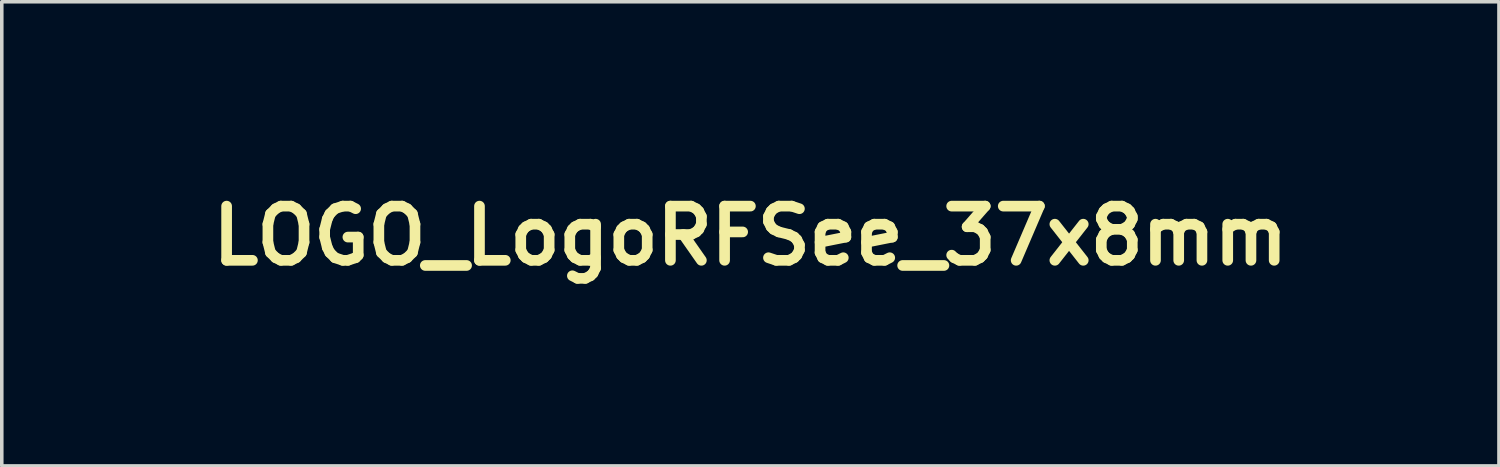
<source format=kicad_pcb>
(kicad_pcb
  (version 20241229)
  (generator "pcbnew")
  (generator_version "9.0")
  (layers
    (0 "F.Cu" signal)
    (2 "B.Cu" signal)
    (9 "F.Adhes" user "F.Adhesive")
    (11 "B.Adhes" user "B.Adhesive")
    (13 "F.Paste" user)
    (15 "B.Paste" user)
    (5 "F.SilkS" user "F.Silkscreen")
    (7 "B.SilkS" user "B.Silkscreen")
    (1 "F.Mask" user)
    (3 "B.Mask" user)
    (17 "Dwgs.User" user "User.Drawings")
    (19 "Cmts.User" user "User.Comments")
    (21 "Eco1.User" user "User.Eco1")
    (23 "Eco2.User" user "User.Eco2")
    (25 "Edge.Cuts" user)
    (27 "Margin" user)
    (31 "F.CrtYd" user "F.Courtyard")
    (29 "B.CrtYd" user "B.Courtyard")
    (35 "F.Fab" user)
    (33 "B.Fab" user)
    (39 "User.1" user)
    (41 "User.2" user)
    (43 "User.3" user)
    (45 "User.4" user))
  (footprint "LOGO_LogoRFSee_37x8mm"
    (layer "F.Cu")
    (at 18.056 3.582)
    (property "Reference" "LOGO_LogoRFSee_37x8mm" (at 0 0 0) (layer "F.SilkS") (effects (font (size 1.524 1.524) (thickness 0.3))))
    (attr through_hole)
    (fp_poly (pts (xy 13.073 3.446) (xy 12.793 3.446) (xy 12.793 2.083) (xy 13.073 2.083) (xy 13.073 3.446)) (stroke (width 0.01) (type solid)) (fill no) (layer "Eco2.User"))
    (fp_poly (pts (xy 8.424 -0.813) (xy 7.65 -0.813) (xy 6.875 -0.813) (xy 6.877 -0.531) (xy 6.879 -0.25) (xy 8.06 -0.245) (xy 8.06 0.533) (xy 6.875 0.533) (xy 6.875 1.837) (xy 5.791 1.837) (xy 5.791 -1.643) (xy 8.424 -1.643) (xy 8.424 -0.813)) (stroke (width 0.01) (type solid)) (fill no) (layer "Eco2.User"))
    (fp_poly (pts (xy 11.367 3.177) (xy 11.41 3.194) (xy 11.447 3.222) (xy 11.469 3.253) (xy 11.479 3.286) (xy 11.48 3.326) (xy 11.473 3.366) (xy 11.459 3.399) (xy 11.457 3.401) (xy 11.427 3.43) (xy 11.386 3.45) (xy 11.34 3.461) (xy 11.292 3.462) (xy 11.247 3.452) (xy 11.234 3.446) (xy 11.195 3.417) (xy 11.168 3.38) (xy 11.155 3.338) (xy 11.156 3.294) (xy 11.172 3.251) (xy 11.191 3.224) (xy 11.228 3.195) (xy 11.272 3.177) (xy 11.32 3.171) (xy 11.367 3.177)) (stroke (width 0.01) (type solid)) (fill no) (layer "Eco2.User"))
    (fp_poly (pts (xy 6.676 3.18) (xy 6.717 3.198) (xy 6.73 3.206) (xy 6.76 3.239) (xy 6.777 3.278) (xy 6.782 3.321) (xy 6.774 3.363) (xy 6.754 3.402) (xy 6.723 3.433) (xy 6.703 3.445) (xy 6.665 3.457) (xy 6.622 3.462) (xy 6.579 3.46) (xy 6.544 3.45) (xy 6.54 3.449) (xy 6.506 3.427) (xy 6.483 3.402) (xy 6.468 3.374) (xy 6.454 3.333) (xy 6.455 3.295) (xy 6.469 3.254) (xy 6.495 3.218) (xy 6.533 3.191) (xy 6.579 3.173) (xy 6.588 3.171) (xy 6.63 3.171) (xy 6.676 3.18)) (stroke (width 0.01) (type solid)) (fill no) (layer "Eco2.User"))
    (fp_poly (pts (xy 5.176 -3.147) (xy 5.177 -3.146) (xy 5.199 -3.141) (xy 5.199 -2.888) (xy 5.169 -2.9) (xy 5.144 -2.907) (xy 5.111 -2.912) (xy 5.091 -2.912) (xy 5.034 -2.905) (xy 4.987 -2.885) (xy 4.95 -2.85) (xy 4.92 -2.801) (xy 4.914 -2.785) (xy 4.909 -2.771) (xy 4.906 -2.754) (xy 4.903 -2.732) (xy 4.901 -2.701) (xy 4.899 -2.661) (xy 4.898 -2.609) (xy 4.896 -2.544) (xy 4.896 -2.496) (xy 4.892 -2.244) (xy 4.623 -2.244) (xy 4.623 -3.133) (xy 4.894 -3.133) (xy 4.894 -3.05) (xy 4.894 -2.968) (xy 4.92 -3.014) (xy 4.945 -3.055) (xy 4.969 -3.085) (xy 4.999 -3.109) (xy 5.019 -3.122) (xy 5.053 -3.136) (xy 5.096 -3.146) (xy 5.139 -3.15) (xy 5.176 -3.147)) (stroke (width 0.01) (type solid)) (fill no) (layer "Eco2.User"))
    (fp_poly (pts (xy 7.541 2.511) (xy 7.578 2.517) (xy 7.578 2.648) (xy 7.578 2.697) (xy 7.577 2.733) (xy 7.576 2.755) (xy 7.573 2.768) (xy 7.57 2.773) (xy 7.565 2.773) (xy 7.563 2.773) (xy 7.525 2.761) (xy 7.481 2.755) (xy 7.44 2.754) (xy 7.431 2.755) (xy 7.382 2.771) (xy 7.341 2.8) (xy 7.307 2.843) (xy 7.283 2.895) (xy 7.274 2.932) (xy 7.271 2.956) (xy 7.269 2.994) (xy 7.267 3.044) (xy 7.265 3.103) (xy 7.265 3.168) (xy 7.264 3.216) (xy 7.264 3.446) (xy 6.985 3.446) (xy 6.985 2.523) (xy 7.264 2.523) (xy 7.265 2.61) (xy 7.265 2.697) (xy 7.29 2.65) (xy 7.308 2.62) (xy 7.327 2.593) (xy 7.339 2.58) (xy 7.379 2.548) (xy 7.429 2.524) (xy 7.484 2.511) (xy 7.536 2.51) (xy 7.541 2.511)) (stroke (width 0.01) (type solid)) (fill no) (layer "Eco2.User"))
    (fp_poly (pts (xy 12.154 -3.576) (xy 12.192 -3.575) (xy 12.221 -3.573) (xy 12.236 -3.571) (xy 12.26 -3.564) (xy 12.26 -3.352) (xy 12.241 -3.359) (xy 12.223 -3.362) (xy 12.194 -3.364) (xy 12.161 -3.365) (xy 12.156 -3.365) (xy 12.122 -3.365) (xy 12.101 -3.363) (xy 12.085 -3.357) (xy 12.072 -3.347) (xy 12.065 -3.339) (xy 12.045 -3.313) (xy 12.032 -3.28) (xy 12.025 -3.236) (xy 12.023 -3.19) (xy 12.023 -3.133) (xy 12.226 -3.133) (xy 12.226 -2.929) (xy 12.023 -2.929) (xy 12.023 -2.244) (xy 11.752 -2.244) (xy 11.752 -2.929) (xy 11.608 -2.929) (xy 11.608 -3.133) (xy 11.749 -3.133) (xy 11.754 -3.232) (xy 11.761 -3.309) (xy 11.776 -3.372) (xy 11.8 -3.426) (xy 11.833 -3.471) (xy 11.876 -3.509) (xy 11.917 -3.537) (xy 11.958 -3.556) (xy 12.004 -3.569) (xy 12.058 -3.575) (xy 12.112 -3.577) (xy 12.154 -3.576)) (stroke (width 0.01) (type solid)) (fill no) (layer "Eco2.User"))
    (fp_poly (pts (xy 12.324 2.508) (xy 12.351 2.513) (xy 12.378 2.522) (xy 12.381 2.523) (xy 12.438 2.552) (xy 12.484 2.593) (xy 12.52 2.646) (xy 12.546 2.713) (xy 12.552 2.737) (xy 12.555 2.755) (xy 12.558 2.778) (xy 12.56 2.808) (xy 12.562 2.846) (xy 12.563 2.895) (xy 12.564 2.955) (xy 12.564 3.03) (xy 12.564 3.118) (xy 12.565 3.446) (xy 12.286 3.446) (xy 12.283 3.143) (xy 12.281 2.841) (xy 12.26 2.798) (xy 12.234 2.76) (xy 12.201 2.735) (xy 12.159 2.724) (xy 12.132 2.722) (xy 12.084 2.729) (xy 12.044 2.748) (xy 12.012 2.783) (xy 11.992 2.817) (xy 11.968 2.866) (xy 11.965 3.156) (xy 11.962 3.446) (xy 11.684 3.446) (xy 11.684 2.523) (xy 11.963 2.523) (xy 11.963 2.67) (xy 12.01 2.618) (xy 12.06 2.571) (xy 12.112 2.538) (xy 12.17 2.518) (xy 12.238 2.508) (xy 12.251 2.508) (xy 12.293 2.507) (xy 12.324 2.508)) (stroke (width 0.01) (type solid)) (fill no) (layer "Eco2.User"))
    (fp_poly (pts (xy 8.202 2.068) (xy 8.241 2.07) (xy 8.272 2.072) (xy 8.292 2.076) (xy 8.296 2.078) (xy 8.3 2.088) (xy 8.304 2.112) (xy 8.305 2.151) (xy 8.306 2.192) (xy 8.306 2.3) (xy 8.261 2.289) (xy 8.229 2.283) (xy 8.197 2.281) (xy 8.184 2.282) (xy 8.141 2.293) (xy 8.109 2.313) (xy 8.087 2.344) (xy 8.074 2.387) (xy 8.069 2.444) (xy 8.069 2.453) (xy 8.069 2.523) (xy 8.172 2.525) (xy 8.276 2.527) (xy 8.279 2.631) (xy 8.281 2.735) (xy 8.069 2.735) (xy 8.069 3.446) (xy 7.789 3.446) (xy 7.789 2.735) (xy 7.637 2.735) (xy 7.637 2.523) (xy 7.788 2.523) (xy 7.791 2.419) (xy 7.792 2.374) (xy 7.795 2.341) (xy 7.799 2.316) (xy 7.805 2.294) (xy 7.815 2.27) (xy 7.821 2.259) (xy 7.86 2.195) (xy 7.911 2.144) (xy 7.973 2.104) (xy 8.045 2.077) (xy 8.061 2.073) (xy 8.086 2.07) (xy 8.121 2.068) (xy 8.161 2.067) (xy 8.202 2.068)) (stroke (width 0.01) (type solid)) (fill no) (layer "Eco2.User"))
    (fp_poly (pts (xy 7.766 -2.834) (xy 7.766 -2.755) (xy 7.767 -2.691) (xy 7.768 -2.64) (xy 7.769 -2.601) (xy 7.771 -2.571) (xy 7.772 -2.549) (xy 7.775 -2.533) (xy 7.778 -2.522) (xy 7.782 -2.512) (xy 7.786 -2.506) (xy 7.815 -2.47) (xy 7.851 -2.448) (xy 7.898 -2.439) (xy 7.91 -2.438) (xy 7.956 -2.443) (xy 7.993 -2.457) (xy 8.024 -2.482) (xy 8.024 -2.482) (xy 8.035 -2.495) (xy 8.045 -2.508) (xy 8.052 -2.524) (xy 8.058 -2.542) (xy 8.062 -2.567) (xy 8.065 -2.599) (xy 8.067 -2.641) (xy 8.068 -2.693) (xy 8.069 -2.759) (xy 8.069 -2.839) (xy 8.069 -2.849) (xy 8.069 -3.133) (xy 8.348 -3.133) (xy 8.346 -2.69) (xy 8.344 -2.248) (xy 8.073 -2.248) (xy 8.07 -2.314) (xy 8.068 -2.381) (xy 8.04 -2.344) (xy 7.993 -2.296) (xy 7.937 -2.26) (xy 7.873 -2.236) (xy 7.805 -2.226) (xy 7.735 -2.229) (xy 7.681 -2.243) (xy 7.624 -2.27) (xy 7.578 -2.31) (xy 7.546 -2.353) (xy 7.534 -2.376) (xy 7.523 -2.398) (xy 7.514 -2.422) (xy 7.507 -2.45) (xy 7.502 -2.483) (xy 7.498 -2.523) (xy 7.496 -2.572) (xy 7.494 -2.631) (xy 7.493 -2.704) (xy 7.493 -2.791) (xy 7.493 -2.823) (xy 7.493 -3.133) (xy 7.763 -3.133) (xy 7.766 -2.834)) (stroke (width 0.01) (type solid)) (fill no) (layer "Eco2.User"))
    (fp_poly (pts (xy 9.757 -3.397) (xy 9.759 -3.386) (xy 9.761 -3.367) (xy 9.762 -3.335) (xy 9.762 -3.291) (xy 9.762 -3.269) (xy 9.762 -3.133) (xy 9.957 -3.133) (xy 9.957 -2.929) (xy 9.762 -2.929) (xy 9.762 -2.731) (xy 9.762 -2.658) (xy 9.764 -2.6) (xy 9.766 -2.554) (xy 9.77 -2.52) (xy 9.776 -2.495) (xy 9.785 -2.476) (xy 9.796 -2.462) (xy 9.81 -2.451) (xy 9.81 -2.451) (xy 9.832 -2.443) (xy 9.863 -2.44) (xy 9.898 -2.441) (xy 9.929 -2.446) (xy 9.942 -2.45) (xy 9.948 -2.452) (xy 9.952 -2.448) (xy 9.955 -2.437) (xy 9.956 -2.415) (xy 9.957 -2.38) (xy 9.957 -2.355) (xy 9.957 -2.254) (xy 9.929 -2.243) (xy 9.902 -2.237) (xy 9.862 -2.232) (xy 9.815 -2.23) (xy 9.767 -2.23) (xy 9.721 -2.232) (xy 9.683 -2.236) (xy 9.665 -2.24) (xy 9.623 -2.258) (xy 9.583 -2.283) (xy 9.553 -2.31) (xy 9.552 -2.311) (xy 9.542 -2.326) (xy 9.529 -2.349) (xy 9.518 -2.371) (xy 9.495 -2.417) (xy 9.493 -2.673) (xy 9.49 -2.929) (xy 9.347 -2.929) (xy 9.347 -3.133) (xy 9.491 -3.133) (xy 9.491 -3.327) (xy 9.55 -3.344) (xy 9.591 -3.356) (xy 9.637 -3.369) (xy 9.671 -3.379) (xy 9.703 -3.388) (xy 9.73 -3.396) (xy 9.746 -3.4) (xy 9.747 -3.4) (xy 9.753 -3.401) (xy 9.757 -3.397)) (stroke (width 0.01) (type solid)) (fill no) (layer "Eco2.User"))
    (fp_poly (pts (xy 4.145 -3.151) (xy 4.218 -3.132) (xy 4.282 -3.099) (xy 4.336 -3.053) (xy 4.379 -2.994) (xy 4.412 -2.921) (xy 4.433 -2.845) (xy 4.441 -2.785) (xy 4.443 -2.717) (xy 4.441 -2.646) (xy 4.433 -2.58) (xy 4.423 -2.536) (xy 4.394 -2.454) (xy 4.353 -2.383) (xy 4.302 -2.325) (xy 4.242 -2.279) (xy 4.173 -2.248) (xy 4.098 -2.231) (xy 4.026 -2.229) (xy 3.964 -2.236) (xy 3.913 -2.253) (xy 3.868 -2.281) (xy 3.84 -2.306) (xy 3.802 -2.345) (xy 3.802 -1.837) (xy 3.522 -1.837) (xy 3.522 -2.685) (xy 3.793 -2.685) (xy 3.796 -2.631) (xy 3.802 -2.584) (xy 3.806 -2.567) (xy 3.825 -2.524) (xy 3.852 -2.487) (xy 3.883 -2.459) (xy 3.899 -2.45) (xy 3.939 -2.44) (xy 3.985 -2.439) (xy 4.03 -2.448) (xy 4.056 -2.458) (xy 4.094 -2.487) (xy 4.125 -2.53) (xy 4.147 -2.584) (xy 4.161 -2.647) (xy 4.165 -2.717) (xy 4.163 -2.742) (xy 4.153 -2.809) (xy 4.133 -2.863) (xy 4.103 -2.904) (xy 4.063 -2.931) (xy 4.042 -2.938) (xy 3.987 -2.946) (xy 3.934 -2.938) (xy 3.888 -2.916) (xy 3.848 -2.881) (xy 3.819 -2.834) (xy 3.802 -2.785) (xy 3.796 -2.738) (xy 3.793 -2.685) (xy 3.522 -2.685) (xy 3.522 -3.133) (xy 3.802 -3.133) (xy 3.802 -3.004) (xy 3.843 -3.05) (xy 3.899 -3.099) (xy 3.962 -3.134) (xy 4.031 -3.152) (xy 4.107 -3.155) (xy 4.145 -3.151)) (stroke (width 0.01) (type solid)) (fill no) (layer "Eco2.User"))
    (fp_poly (pts (xy 5.843 -3.152) (xy 5.917 -3.137) (xy 5.997 -3.108) (xy 6.067 -3.064) (xy 6.126 -3.009) (xy 6.173 -2.942) (xy 6.208 -2.865) (xy 6.22 -2.822) (xy 6.226 -2.778) (xy 6.229 -2.725) (xy 6.229 -2.667) (xy 6.225 -2.611) (xy 6.217 -2.563) (xy 6.211 -2.537) (xy 6.177 -2.457) (xy 6.13 -2.387) (xy 6.071 -2.329) (xy 6.001 -2.282) (xy 5.922 -2.25) (xy 5.887 -2.24) (xy 5.823 -2.231) (xy 5.752 -2.227) (xy 5.68 -2.23) (xy 5.615 -2.24) (xy 5.598 -2.244) (xy 5.516 -2.273) (xy 5.445 -2.315) (xy 5.386 -2.369) (xy 5.339 -2.435) (xy 5.305 -2.511) (xy 5.287 -2.577) (xy 5.278 -2.658) (xy 5.556 -2.658) (xy 5.566 -2.589) (xy 5.586 -2.532) (xy 5.615 -2.489) (xy 5.655 -2.458) (xy 5.675 -2.45) (xy 5.716 -2.441) (xy 5.764 -2.439) (xy 5.811 -2.444) (xy 5.849 -2.457) (xy 5.851 -2.457) (xy 5.89 -2.486) (xy 5.92 -2.526) (xy 5.94 -2.579) (xy 5.95 -2.646) (xy 5.952 -2.697) (xy 5.948 -2.766) (xy 5.937 -2.822) (xy 5.916 -2.866) (xy 5.893 -2.896) (xy 5.852 -2.925) (xy 5.803 -2.942) (xy 5.749 -2.946) (xy 5.696 -2.937) (xy 5.666 -2.925) (xy 5.622 -2.894) (xy 5.588 -2.85) (xy 5.567 -2.795) (xy 5.556 -2.727) (xy 5.556 -2.658) (xy 5.278 -2.658) (xy 5.276 -2.671) (xy 5.28 -2.761) (xy 5.298 -2.845) (xy 5.329 -2.921) (xy 5.372 -2.989) (xy 5.428 -3.047) (xy 5.496 -3.094) (xy 5.514 -3.103) (xy 5.587 -3.131) (xy 5.67 -3.149) (xy 5.757 -3.156) (xy 5.843 -3.152)) (stroke (width 0.01) (type solid)) (fill no) (layer "Eco2.User"))
    (fp_poly (pts (xy 9.09 -3.153) (xy 9.148 -3.146) (xy 9.195 -3.135) (xy 9.196 -3.135) (xy 9.241 -3.12) (xy 9.244 -3.003) (xy 9.244 -2.961) (xy 9.244 -2.926) (xy 9.242 -2.901) (xy 9.24 -2.889) (xy 9.239 -2.889) (xy 9.193 -2.911) (xy 9.158 -2.927) (xy 9.128 -2.936) (xy 9.1 -2.942) (xy 9.076 -2.944) (xy 9.007 -2.942) (xy 8.946 -2.926) (xy 8.894 -2.896) (xy 8.853 -2.855) (xy 8.822 -2.804) (xy 8.805 -2.744) (xy 8.801 -2.677) (xy 8.806 -2.632) (xy 8.824 -2.569) (xy 8.854 -2.517) (xy 8.898 -2.476) (xy 8.91 -2.468) (xy 8.93 -2.457) (xy 8.947 -2.449) (xy 8.967 -2.445) (xy 8.993 -2.443) (xy 9.03 -2.443) (xy 9.042 -2.443) (xy 9.083 -2.443) (xy 9.113 -2.445) (xy 9.137 -2.449) (xy 9.159 -2.457) (xy 9.186 -2.469) (xy 9.189 -2.47) (xy 9.246 -2.497) (xy 9.244 -2.385) (xy 9.241 -2.273) (xy 9.182 -2.253) (xy 9.152 -2.244) (xy 9.121 -2.238) (xy 9.086 -2.234) (xy 9.041 -2.231) (xy 9.013 -2.23) (xy 8.969 -2.23) (xy 8.931 -2.23) (xy 8.9 -2.231) (xy 8.882 -2.232) (xy 8.882 -2.232) (xy 8.845 -2.241) (xy 8.804 -2.255) (xy 8.763 -2.271) (xy 8.731 -2.286) (xy 8.726 -2.289) (xy 8.668 -2.333) (xy 8.617 -2.389) (xy 8.575 -2.454) (xy 8.545 -2.524) (xy 8.539 -2.545) (xy 8.531 -2.59) (xy 8.527 -2.645) (xy 8.527 -2.705) (xy 8.531 -2.762) (xy 8.539 -2.809) (xy 8.566 -2.891) (xy 8.608 -2.964) (xy 8.662 -3.026) (xy 8.727 -3.077) (xy 8.803 -3.117) (xy 8.889 -3.143) (xy 8.907 -3.146) (xy 8.964 -3.153) (xy 9.027 -3.156) (xy 9.09 -3.153)) (stroke (width 0.01) (type solid)) (fill no) (layer "Eco2.User"))
    (fp_poly (pts (xy 11.093 -3.154) (xy 11.181 -3.139) (xy 11.26 -3.11) (xy 11.33 -3.068) (xy 11.39 -3.014) (xy 11.439 -2.948) (xy 11.476 -2.871) (xy 11.486 -2.841) (xy 11.495 -2.796) (xy 11.5 -2.741) (xy 11.5 -2.681) (xy 11.497 -2.623) (xy 11.489 -2.571) (xy 11.487 -2.559) (xy 11.457 -2.476) (xy 11.414 -2.404) (xy 11.36 -2.343) (xy 11.294 -2.293) (xy 11.218 -2.257) (xy 11.155 -2.24) (xy 11.102 -2.232) (xy 11.039 -2.228) (xy 10.975 -2.229) (xy 10.916 -2.234) (xy 10.883 -2.239) (xy 10.803 -2.265) (xy 10.73 -2.307) (xy 10.679 -2.348) (xy 10.628 -2.406) (xy 10.59 -2.472) (xy 10.565 -2.546) (xy 10.552 -2.632) (xy 10.55 -2.684) (xy 10.826 -2.684) (xy 10.832 -2.61) (xy 10.848 -2.55) (xy 10.873 -2.503) (xy 10.909 -2.468) (xy 10.934 -2.455) (xy 10.966 -2.445) (xy 11.008 -2.439) (xy 11.052 -2.439) (xy 11.09 -2.443) (xy 11.106 -2.447) (xy 11.139 -2.467) (xy 11.171 -2.498) (xy 11.193 -2.532) (xy 11.211 -2.58) (xy 11.221 -2.637) (xy 11.224 -2.7) (xy 11.22 -2.762) (xy 11.209 -2.82) (xy 11.208 -2.821) (xy 11.187 -2.867) (xy 11.153 -2.903) (xy 11.112 -2.929) (xy 11.065 -2.943) (xy 11.015 -2.946) (xy 10.966 -2.937) (xy 10.92 -2.915) (xy 10.893 -2.892) (xy 10.863 -2.856) (xy 10.843 -2.815) (xy 10.831 -2.766) (xy 10.827 -2.705) (xy 10.826 -2.684) (xy 10.55 -2.684) (xy 10.549 -2.688) (xy 10.555 -2.78) (xy 10.573 -2.86) (xy 10.603 -2.931) (xy 10.646 -2.993) (xy 10.68 -3.029) (xy 10.739 -3.077) (xy 10.803 -3.112) (xy 10.874 -3.136) (xy 10.956 -3.151) (xy 10.998 -3.155) (xy 11.093 -3.154)) (stroke (width 0.01) (type solid)) (fill no) (layer "Eco2.User"))
    (fp_poly (pts (xy 10.691 2.512) (xy 10.768 2.53) (xy 10.835 2.561) (xy 10.893 2.605) (xy 10.906 2.618) (xy 10.945 2.664) (xy 10.974 2.715) (xy 10.996 2.772) (xy 11.01 2.839) (xy 11.019 2.918) (xy 11.021 2.953) (xy 11.026 3.065) (xy 10.431 3.065) (xy 10.431 3.088) (xy 10.437 3.119) (xy 10.452 3.155) (xy 10.472 3.188) (xy 10.488 3.206) (xy 10.533 3.237) (xy 10.588 3.256) (xy 10.653 3.264) (xy 10.725 3.261) (xy 10.803 3.247) (xy 10.885 3.221) (xy 10.928 3.203) (xy 10.933 3.205) (xy 10.936 3.217) (xy 10.938 3.241) (xy 10.939 3.278) (xy 10.939 3.3) (xy 10.939 3.344) (xy 10.938 3.375) (xy 10.932 3.395) (xy 10.92 3.409) (xy 10.899 3.419) (xy 10.867 3.429) (xy 10.834 3.438) (xy 10.785 3.449) (xy 10.724 3.457) (xy 10.658 3.46) (xy 10.591 3.461) (xy 10.529 3.457) (xy 10.476 3.45) (xy 10.457 3.446) (xy 10.377 3.416) (xy 10.309 3.374) (xy 10.252 3.319) (xy 10.206 3.253) (xy 10.173 3.174) (xy 10.165 3.146) (xy 10.157 3.104) (xy 10.153 3.052) (xy 10.152 2.994) (xy 10.153 2.937) (xy 10.158 2.887) (xy 10.424 2.887) (xy 10.763 2.887) (xy 10.758 2.844) (xy 10.744 2.788) (xy 10.72 2.745) (xy 10.685 2.715) (xy 10.639 2.698) (xy 10.629 2.696) (xy 10.58 2.697) (xy 10.535 2.713) (xy 10.495 2.743) (xy 10.462 2.786) (xy 10.437 2.84) (xy 10.433 2.855) (xy 10.424 2.887) (xy 10.158 2.887) (xy 10.158 2.885) (xy 10.164 2.849) (xy 10.194 2.764) (xy 10.236 2.69) (xy 10.29 2.627) (xy 10.355 2.576) (xy 10.428 2.538) (xy 10.51 2.515) (xy 10.598 2.506) (xy 10.602 2.506) (xy 10.691 2.512)) (stroke (width 0.01) (type solid)) (fill no) (layer "Eco2.User"))
    (fp_poly (pts (xy 7.273 -2.244) (xy 7.002 -2.244) (xy 7.002 -2.374) (xy 6.977 -2.34) (xy 6.935 -2.296) (xy 6.88 -2.26) (xy 6.854 -2.247) (xy 6.817 -2.237) (xy 6.77 -2.231) (xy 6.718 -2.229) (xy 6.667 -2.232) (xy 6.623 -2.239) (xy 6.611 -2.242) (xy 6.557 -2.264) (xy 6.514 -2.292) (xy 6.473 -2.329) (xy 6.466 -2.337) (xy 6.427 -2.388) (xy 6.397 -2.443) (xy 6.377 -2.507) (xy 6.365 -2.581) (xy 6.361 -2.633) (xy 6.362 -2.7) (xy 6.639 -2.7) (xy 6.64 -2.635) (xy 6.646 -2.583) (xy 6.66 -2.541) (xy 6.681 -2.505) (xy 6.692 -2.491) (xy 6.722 -2.463) (xy 6.756 -2.447) (xy 6.798 -2.44) (xy 6.82 -2.439) (xy 6.854 -2.44) (xy 6.881 -2.447) (xy 6.907 -2.461) (xy 6.91 -2.463) (xy 6.935 -2.482) (xy 6.955 -2.505) (xy 6.974 -2.538) (xy 6.978 -2.545) (xy 6.99 -2.571) (xy 6.998 -2.591) (xy 7.003 -2.612) (xy 7.005 -2.637) (xy 7.006 -2.671) (xy 7.006 -2.705) (xy 7.006 -2.749) (xy 7.005 -2.78) (xy 7.002 -2.802) (xy 6.997 -2.82) (xy 6.989 -2.838) (xy 6.982 -2.851) (xy 6.961 -2.882) (xy 6.935 -2.909) (xy 6.923 -2.919) (xy 6.902 -2.931) (xy 6.882 -2.939) (xy 6.857 -2.942) (xy 6.828 -2.942) (xy 6.794 -2.941) (xy 6.77 -2.938) (xy 6.75 -2.93) (xy 6.73 -2.916) (xy 6.692 -2.88) (xy 6.668 -2.841) (xy 6.656 -2.816) (xy 6.648 -2.794) (xy 6.644 -2.769) (xy 6.641 -2.737) (xy 6.639 -2.7) (xy 6.362 -2.7) (xy 6.362 -2.733) (xy 6.376 -2.825) (xy 6.401 -2.907) (xy 6.438 -2.979) (xy 6.485 -3.04) (xy 6.543 -3.09) (xy 6.61 -3.126) (xy 6.686 -3.149) (xy 6.701 -3.151) (xy 6.773 -3.156) (xy 6.841 -3.147) (xy 6.901 -3.126) (xy 6.951 -3.092) (xy 6.976 -3.067) (xy 7.002 -3.036) (xy 7.002 -3.564) (xy 7.273 -3.564) (xy 7.273 -2.244)) (stroke (width 0.01) (type solid)) (fill no) (layer "Eco2.User"))
    (fp_poly (pts (xy 9.706 2.512) (xy 9.779 2.529) (xy 9.843 2.559) (xy 9.9 2.601) (xy 9.912 2.612) (xy 9.957 2.667) (xy 9.992 2.729) (xy 10.015 2.8) (xy 10.029 2.882) (xy 10.033 2.97) (xy 10.033 3.065) (xy 9.737 3.065) (xy 9.656 3.065) (xy 9.591 3.065) (xy 9.539 3.065) (xy 9.5 3.066) (xy 9.472 3.069) (xy 9.454 3.073) (xy 9.444 3.079) (xy 9.439 3.087) (xy 9.44 3.097) (xy 9.445 3.111) (xy 9.451 3.128) (xy 9.453 3.134) (xy 9.478 3.181) (xy 9.515 3.217) (xy 9.565 3.243) (xy 9.628 3.259) (xy 9.688 3.263) (xy 9.754 3.259) (xy 9.819 3.247) (xy 9.876 3.229) (xy 9.911 3.214) (xy 9.934 3.206) (xy 9.947 3.206) (xy 9.954 3.216) (xy 9.957 3.238) (xy 9.957 3.273) (xy 9.957 3.297) (xy 9.957 3.396) (xy 9.92 3.412) (xy 9.875 3.43) (xy 9.829 3.443) (xy 9.778 3.452) (xy 9.717 3.457) (xy 9.66 3.459) (xy 9.593 3.46) (xy 9.54 3.458) (xy 9.498 3.453) (xy 9.485 3.451) (xy 9.425 3.431) (xy 9.365 3.402) (xy 9.311 3.367) (xy 9.274 3.333) (xy 9.228 3.27) (xy 9.194 3.198) (xy 9.172 3.119) (xy 9.161 3.036) (xy 9.162 2.952) (xy 9.174 2.868) (xy 9.176 2.862) (xy 9.442 2.862) (xy 9.443 2.873) (xy 9.451 2.88) (xy 9.467 2.884) (xy 9.494 2.886) (xy 9.533 2.887) (xy 9.587 2.887) (xy 9.607 2.887) (xy 9.773 2.887) (xy 9.768 2.84) (xy 9.756 2.787) (xy 9.731 2.745) (xy 9.695 2.715) (xy 9.648 2.698) (xy 9.638 2.696) (xy 9.591 2.697) (xy 9.546 2.713) (xy 9.506 2.743) (xy 9.474 2.783) (xy 9.453 2.826) (xy 9.446 2.847) (xy 9.442 2.862) (xy 9.176 2.862) (xy 9.198 2.789) (xy 9.233 2.716) (xy 9.279 2.652) (xy 9.296 2.634) (xy 9.362 2.58) (xy 9.433 2.541) (xy 9.511 2.517) (xy 9.598 2.507) (xy 9.622 2.506) (xy 9.706 2.512)) (stroke (width 0.01) (type solid)) (fill no) (layer "Eco2.User"))
    (fp_poly (pts (xy 8.826 2.509) (xy 8.907 2.519) (xy 8.968 2.532) (xy 9 2.541) (xy 9 2.647) (xy 9 2.691) (xy 8.999 2.721) (xy 8.997 2.739) (xy 8.994 2.748) (xy 8.989 2.75) (xy 8.985 2.749) (xy 8.97 2.744) (xy 8.945 2.735) (xy 8.913 2.724) (xy 8.907 2.721) (xy 8.853 2.707) (xy 8.799 2.699) (xy 8.748 2.698) (xy 8.703 2.704) (xy 8.667 2.717) (xy 8.642 2.736) (xy 8.635 2.746) (xy 8.628 2.772) (xy 8.633 2.796) (xy 8.65 2.818) (xy 8.681 2.84) (xy 8.726 2.862) (xy 8.788 2.886) (xy 8.788 2.886) (xy 8.866 2.917) (xy 8.929 2.949) (xy 8.977 2.983) (xy 9.012 3.021) (xy 9.035 3.064) (xy 9.047 3.113) (xy 9.05 3.17) (xy 9.049 3.182) (xy 9.038 3.249) (xy 9.012 3.308) (xy 8.972 3.357) (xy 8.919 3.397) (xy 8.853 3.428) (xy 8.775 3.449) (xy 8.684 3.46) (xy 8.619 3.462) (xy 8.573 3.461) (xy 8.527 3.458) (xy 8.487 3.454) (xy 8.466 3.45) (xy 8.432 3.442) (xy 8.399 3.433) (xy 8.38 3.426) (xy 8.348 3.413) (xy 8.348 3.302) (xy 8.348 3.261) (xy 8.349 3.227) (xy 8.35 3.203) (xy 8.351 3.192) (xy 8.351 3.192) (xy 8.36 3.195) (xy 8.38 3.204) (xy 8.404 3.216) (xy 8.478 3.247) (xy 8.549 3.264) (xy 8.622 3.269) (xy 8.675 3.266) (xy 8.72 3.257) (xy 8.752 3.244) (xy 8.771 3.226) (xy 8.772 3.225) (xy 8.778 3.206) (xy 8.78 3.184) (xy 8.776 3.165) (xy 8.762 3.147) (xy 8.736 3.129) (xy 8.698 3.11) (xy 8.645 3.089) (xy 8.636 3.086) (xy 8.557 3.056) (xy 8.493 3.026) (xy 8.444 2.995) (xy 8.407 2.962) (xy 8.381 2.926) (xy 8.364 2.884) (xy 8.356 2.835) (xy 8.355 2.797) (xy 8.356 2.757) (xy 8.36 2.728) (xy 8.367 2.703) (xy 8.377 2.68) (xy 8.41 2.629) (xy 8.453 2.587) (xy 8.509 2.554) (xy 8.579 2.528) (xy 8.6 2.523) (xy 8.667 2.511) (xy 8.745 2.506) (xy 8.826 2.509)) (stroke (width 0.01) (type solid)) (fill no) (layer "Eco2.User"))
    (fp_poly (pts (xy 2.523 -3.15) (xy 2.587 -3.138) (xy 2.596 -3.135) (xy 2.661 -3.108) (xy 2.714 -3.071) (xy 2.757 -3.022) (xy 2.791 -2.959) (xy 2.796 -2.948) (xy 2.801 -2.935) (xy 2.805 -2.922) (xy 2.808 -2.908) (xy 2.81 -2.891) (xy 2.812 -2.868) (xy 2.814 -2.838) (xy 2.815 -2.799) (xy 2.816 -2.749) (xy 2.817 -2.687) (xy 2.817 -2.61) (xy 2.818 -2.572) (xy 2.82 -2.244) (xy 2.565 -2.244) (xy 2.565 -2.374) (xy 2.523 -2.326) (xy 2.479 -2.284) (xy 2.432 -2.255) (xy 2.38 -2.237) (xy 2.317 -2.229) (xy 2.308 -2.229) (xy 2.262 -2.229) (xy 2.226 -2.232) (xy 2.196 -2.239) (xy 2.186 -2.242) (xy 2.13 -2.27) (xy 2.086 -2.309) (xy 2.054 -2.353) (xy 2.041 -2.38) (xy 2.033 -2.404) (xy 2.028 -2.434) (xy 2.025 -2.473) (xy 2.025 -2.535) (xy 2.027 -2.545) (xy 2.274 -2.545) (xy 2.275 -2.506) (xy 2.281 -2.487) (xy 2.302 -2.454) (xy 2.335 -2.433) (xy 2.375 -2.422) (xy 2.419 -2.423) (xy 2.464 -2.437) (xy 2.473 -2.441) (xy 2.514 -2.471) (xy 2.542 -2.513) (xy 2.559 -2.566) (xy 2.564 -2.604) (xy 2.565 -2.634) (xy 2.564 -2.656) (xy 2.561 -2.667) (xy 2.56 -2.667) (xy 2.542 -2.665) (xy 2.511 -2.661) (xy 2.474 -2.656) (xy 2.435 -2.649) (xy 2.397 -2.643) (xy 2.367 -2.637) (xy 2.349 -2.633) (xy 2.348 -2.633) (xy 2.313 -2.613) (xy 2.288 -2.582) (xy 2.274 -2.545) (xy 2.027 -2.545) (xy 2.033 -2.586) (xy 2.049 -2.629) (xy 2.075 -2.668) (xy 2.098 -2.693) (xy 2.125 -2.717) (xy 2.151 -2.737) (xy 2.181 -2.753) (xy 2.217 -2.766) (xy 2.261 -2.778) (xy 2.317 -2.788) (xy 2.386 -2.799) (xy 2.405 -2.802) (xy 2.561 -2.825) (xy 2.559 -2.858) (xy 2.549 -2.898) (xy 2.524 -2.931) (xy 2.497 -2.951) (xy 2.462 -2.963) (xy 2.415 -2.968) (xy 2.361 -2.966) (xy 2.303 -2.957) (xy 2.244 -2.941) (xy 2.187 -2.92) (xy 2.145 -2.899) (xy 2.108 -2.877) (xy 2.108 -3.083) (xy 2.14 -3.096) (xy 2.211 -3.121) (xy 2.289 -3.139) (xy 2.37 -3.15) (xy 2.45 -3.153) (xy 2.523 -3.15)) (stroke (width 0.01) (type solid)) (fill no) (layer "Eco2.User"))
    (fp_poly (pts (xy 3.092 -1.64) (xy 3.253 -1.64) (xy 3.397 -1.64) (xy 3.526 -1.639) (xy 3.642 -1.639) (xy 3.744 -1.638) (xy 3.835 -1.638) (xy 3.914 -1.637) (xy 3.984 -1.636) (xy 4.044 -1.634) (xy 4.097 -1.633) (xy 4.142 -1.631) (xy 4.182 -1.629) (xy 4.217 -1.626) (xy 4.247 -1.623) (xy 4.275 -1.619) (xy 4.3 -1.615) (xy 4.325 -1.61) (xy 4.35 -1.605) (xy 4.375 -1.599) (xy 4.403 -1.592) (xy 4.428 -1.586) (xy 4.563 -1.546) (xy 4.688 -1.494) (xy 4.802 -1.43) (xy 4.905 -1.356) (xy 4.995 -1.272) (xy 5.072 -1.179) (xy 5.137 -1.077) (xy 5.187 -0.967) (xy 5.223 -0.85) (xy 5.244 -0.726) (xy 5.249 -0.622) (xy 5.243 -0.496) (xy 5.224 -0.373) (xy 5.193 -0.256) (xy 5.152 -0.148) (xy 5.112 -0.072) (xy 5.067 -0.009) (xy 5.008 0.056) (xy 4.937 0.119) (xy 4.856 0.18) (xy 4.768 0.235) (xy 4.686 0.279) (xy 4.654 0.294) (xy 4.628 0.308) (xy 4.611 0.316) (xy 4.607 0.318) (xy 4.61 0.326) (xy 4.619 0.349) (xy 4.634 0.385) (xy 4.654 0.433) (xy 4.68 0.492) (xy 4.71 0.562) (xy 4.744 0.641) (xy 4.781 0.728) (xy 4.822 0.822) (xy 4.865 0.922) (xy 4.91 1.027) (xy 4.931 1.074) (xy 4.977 1.18) (xy 5.022 1.283) (xy 5.064 1.38) (xy 5.103 1.47) (xy 5.138 1.553) (xy 5.17 1.627) (xy 5.198 1.691) (xy 5.221 1.745) (xy 5.239 1.786) (xy 5.251 1.815) (xy 5.257 1.83) (xy 5.258 1.832) (xy 5.25 1.833) (xy 5.226 1.833) (xy 5.188 1.834) (xy 5.136 1.835) (xy 5.074 1.835) (xy 5.001 1.835) (xy 4.919 1.836) (xy 4.829 1.836) (xy 4.733 1.835) (xy 4.639 1.835) (xy 4.019 1.833) (xy 3.756 1.171) (xy 3.493 0.508) (xy 3.317 0.508) (xy 3.141 0.508) (xy 3.141 1.837) (xy 2.024 1.837) (xy 2.024 -0.237) (xy 3.141 -0.237) (xy 3.397 -0.237) (xy 3.466 -0.237) (xy 3.532 -0.238) (xy 3.593 -0.239) (xy 3.647 -0.241) (xy 3.69 -0.243) (xy 3.72 -0.245) (xy 3.724 -0.246) (xy 3.815 -0.263) (xy 3.894 -0.29) (xy 3.959 -0.327) (xy 4.01 -0.374) (xy 4.047 -0.429) (xy 4.071 -0.494) (xy 4.079 -0.556) (xy 4.077 -0.633) (xy 4.061 -0.701) (xy 4.03 -0.759) (xy 3.986 -0.808) (xy 3.928 -0.848) (xy 3.855 -0.879) (xy 3.831 -0.886) (xy 3.815 -0.89) (xy 3.796 -0.893) (xy 3.771 -0.896) (xy 3.74 -0.898) (xy 3.699 -0.899) (xy 3.648 -0.901) (xy 3.585 -0.902) (xy 3.507 -0.903) (xy 3.461 -0.904) (xy 3.141 -0.907) (xy 3.141 -0.237) (xy 2.024 -0.237) (xy 2.024 -1.643) (xy 3.092 -1.64)) (stroke (width 0.01) (type solid)) (fill no) (layer "Eco2.User"))
    (fp_poly (pts (xy 6.275 2.523) (xy 6.312 2.525) (xy 6.336 2.527) (xy 6.348 2.53) (xy 6.35 2.534) (xy 6.348 2.544) (xy 6.342 2.568) (xy 6.331 2.606) (xy 6.318 2.656) (xy 6.301 2.716) (xy 6.282 2.784) (xy 6.26 2.86) (xy 6.237 2.942) (xy 6.222 2.995) (xy 6.093 3.446) (xy 5.796 3.442) (xy 5.727 3.164) (xy 5.71 3.096) (xy 5.694 3.03) (xy 5.68 2.971) (xy 5.668 2.919) (xy 5.659 2.878) (xy 5.653 2.849) (xy 5.651 2.838) (xy 5.645 2.79) (xy 5.633 2.853) (xy 5.628 2.877) (xy 5.619 2.915) (xy 5.607 2.964) (xy 5.593 3.022) (xy 5.576 3.085) (xy 5.559 3.152) (xy 5.551 3.179) (xy 5.481 3.442) (xy 5.335 3.444) (xy 5.279 3.445) (xy 5.238 3.444) (xy 5.211 3.443) (xy 5.194 3.44) (xy 5.187 3.437) (xy 5.186 3.436) (xy 5.182 3.422) (xy 5.174 3.394) (xy 5.162 3.354) (xy 5.148 3.304) (xy 5.131 3.245) (xy 5.113 3.179) (xy 5.093 3.109) (xy 5.073 3.036) (xy 5.052 2.961) (xy 5.032 2.887) (xy 5.012 2.816) (xy 4.993 2.748) (xy 4.977 2.687) (xy 4.962 2.634) (xy 4.95 2.59) (xy 4.942 2.558) (xy 4.937 2.539) (xy 4.936 2.535) (xy 4.939 2.531) (xy 4.948 2.527) (xy 4.967 2.525) (xy 4.997 2.524) (xy 5.04 2.523) (xy 5.075 2.523) (xy 5.127 2.523) (xy 5.164 2.524) (xy 5.19 2.525) (xy 5.206 2.528) (xy 5.214 2.531) (xy 5.218 2.536) (xy 5.219 2.538) (xy 5.223 2.554) (xy 5.23 2.584) (xy 5.239 2.626) (xy 5.25 2.678) (xy 5.262 2.736) (xy 5.275 2.799) (xy 5.288 2.864) (xy 5.302 2.929) (xy 5.314 2.991) (xy 5.325 3.047) (xy 5.335 3.097) (xy 5.342 3.136) (xy 5.347 3.163) (xy 5.349 3.173) (xy 5.353 3.199) (xy 5.359 3.211) (xy 5.365 3.208) (xy 5.368 3.19) (xy 5.368 3.181) (xy 5.37 3.167) (xy 5.376 3.138) (xy 5.386 3.097) (xy 5.398 3.046) (xy 5.413 2.986) (xy 5.43 2.92) (xy 5.449 2.85) (xy 5.451 2.841) (xy 5.534 2.527) (xy 5.803 2.527) (xy 5.873 2.824) (xy 5.89 2.895) (xy 5.906 2.963) (xy 5.92 3.025) (xy 5.932 3.08) (xy 5.941 3.126) (xy 5.948 3.159) (xy 5.951 3.175) (xy 5.955 3.203) (xy 5.958 3.215) (xy 5.962 3.212) (xy 5.962 3.209) (xy 5.965 3.196) (xy 5.971 3.168) (xy 5.978 3.128) (xy 5.988 3.077) (xy 6 3.017) (xy 6.013 2.951) (xy 6.026 2.879) (xy 6.028 2.87) (xy 6.042 2.799) (xy 6.055 2.732) (xy 6.066 2.672) (xy 6.076 2.621) (xy 6.084 2.58) (xy 6.09 2.552) (xy 6.093 2.539) (xy 6.093 2.538) (xy 6.096 2.532) (xy 6.104 2.528) (xy 6.118 2.525) (xy 6.141 2.524) (xy 6.177 2.523) (xy 6.224 2.523) (xy 6.275 2.523)) (stroke (width 0.01) (type solid)) (fill no) (layer "Eco2.User"))
    (fp_poly (pts (xy 2.966 2.835) (xy 2.983 2.906) (xy 2.998 2.973) (xy 3.012 3.033) (xy 3.023 3.085) (xy 3.032 3.127) (xy 3.038 3.156) (xy 3.04 3.171) (xy 3.04 3.172) (xy 3.043 3.196) (xy 3.048 3.213) (xy 3.053 3.223) (xy 3.055 3.218) (xy 3.056 3.205) (xy 3.057 3.191) (xy 3.062 3.162) (xy 3.069 3.121) (xy 3.079 3.07) (xy 3.09 3.009) (xy 3.103 2.941) (xy 3.117 2.869) (xy 3.121 2.851) (xy 3.185 2.523) (xy 3.316 2.523) (xy 3.366 2.523) (xy 3.401 2.524) (xy 3.424 2.525) (xy 3.437 2.527) (xy 3.443 2.531) (xy 3.443 2.536) (xy 3.443 2.538) (xy 3.44 2.549) (xy 3.432 2.574) (xy 3.421 2.613) (xy 3.407 2.663) (xy 3.39 2.723) (xy 3.37 2.791) (xy 3.349 2.866) (xy 3.326 2.947) (xy 3.318 2.972) (xy 3.295 3.054) (xy 3.273 3.132) (xy 3.252 3.203) (xy 3.234 3.268) (xy 3.218 3.323) (xy 3.205 3.367) (xy 3.196 3.399) (xy 3.191 3.416) (xy 3.191 3.418) (xy 3.183 3.446) (xy 2.89 3.446) (xy 2.819 3.169) (xy 2.802 3.101) (xy 2.787 3.037) (xy 2.773 2.978) (xy 2.761 2.928) (xy 2.752 2.888) (xy 2.747 2.861) (xy 2.745 2.851) (xy 2.741 2.825) (xy 2.735 2.809) (xy 2.73 2.806) (xy 2.727 2.816) (xy 2.726 2.829) (xy 2.724 2.842) (xy 2.718 2.869) (xy 2.709 2.908) (xy 2.698 2.956) (xy 2.684 3.01) (xy 2.669 3.07) (xy 2.653 3.132) (xy 2.637 3.194) (xy 2.621 3.254) (xy 2.606 3.309) (xy 2.593 3.357) (xy 2.582 3.396) (xy 2.574 3.424) (xy 2.569 3.438) (xy 2.569 3.439) (xy 2.559 3.441) (xy 2.536 3.443) (xy 2.501 3.445) (xy 2.458 3.446) (xy 2.421 3.446) (xy 2.278 3.446) (xy 2.27 3.414) (xy 2.266 3.4) (xy 2.258 3.371) (xy 2.246 3.329) (xy 2.231 3.276) (xy 2.214 3.214) (xy 2.194 3.143) (xy 2.172 3.066) (xy 2.149 2.985) (xy 2.142 2.96) (xy 2.119 2.878) (xy 2.098 2.802) (xy 2.078 2.732) (xy 2.061 2.669) (xy 2.047 2.617) (xy 2.035 2.575) (xy 2.028 2.546) (xy 2.024 2.532) (xy 2.024 2.53) (xy 2.032 2.528) (xy 2.054 2.526) (xy 2.087 2.525) (xy 2.129 2.525) (xy 2.165 2.525) (xy 2.307 2.527) (xy 2.372 2.836) (xy 2.387 2.908) (xy 2.401 2.976) (xy 2.414 3.039) (xy 2.425 3.093) (xy 2.434 3.138) (xy 2.44 3.17) (xy 2.443 3.188) (xy 2.45 3.23) (xy 2.456 3.183) (xy 2.46 3.164) (xy 2.468 3.131) (xy 2.478 3.086) (xy 2.492 3.031) (xy 2.508 2.97) (xy 2.525 2.904) (xy 2.536 2.862) (xy 2.553 2.795) (xy 2.57 2.732) (xy 2.585 2.675) (xy 2.598 2.626) (xy 2.608 2.588) (xy 2.615 2.563) (xy 2.617 2.555) (xy 2.625 2.523) (xy 2.893 2.523) (xy 2.966 2.835)) (stroke (width 0.01) (type solid)) (fill no) (layer "Eco2.User"))
    (fp_poly (pts (xy 16.713 -0.804) (xy 16.815 -0.797) (xy 16.912 -0.784) (xy 17.007 -0.765) (xy 17.056 -0.754) (xy 17.198 -0.709) (xy 17.332 -0.651) (xy 17.457 -0.58) (xy 17.572 -0.497) (xy 17.676 -0.403) (xy 17.769 -0.298) (xy 17.849 -0.185) (xy 17.915 -0.062) (xy 17.967 0.068) (xy 17.97 0.076) (xy 18.007 0.213) (xy 18.033 0.357) (xy 18.047 0.505) (xy 18.049 0.648) (xy 18.047 0.741) (xy 17.137 0.743) (xy 16.228 0.745) (xy 16.234 0.818) (xy 16.246 0.909) (xy 16.266 0.99) (xy 16.294 1.059) (xy 16.329 1.115) (xy 16.371 1.157) (xy 16.387 1.168) (xy 16.439 1.192) (xy 16.502 1.209) (xy 16.573 1.22) (xy 16.647 1.223) (xy 16.72 1.219) (xy 16.787 1.207) (xy 16.834 1.193) (xy 16.901 1.158) (xy 16.957 1.11) (xy 17.001 1.051) (xy 17.033 0.979) (xy 17.036 0.969) (xy 17.056 0.905) (xy 17.128 0.91) (xy 17.179 0.914) (xy 17.243 0.918) (xy 17.318 0.923) (xy 17.4 0.928) (xy 17.487 0.934) (xy 17.574 0.94) (xy 17.658 0.945) (xy 17.738 0.95) (xy 17.808 0.954) (xy 17.867 0.958) (xy 17.926 0.961) (xy 17.97 0.965) (xy 18.002 0.967) (xy 18.023 0.97) (xy 18.035 0.974) (xy 18.041 0.978) (xy 18.042 0.983) (xy 18.042 0.983) (xy 18.039 1.002) (xy 18.03 1.032) (xy 18.017 1.071) (xy 18 1.113) (xy 17.982 1.156) (xy 17.965 1.196) (xy 17.955 1.215) (xy 17.902 1.305) (xy 17.834 1.394) (xy 17.756 1.481) (xy 17.671 1.562) (xy 17.587 1.628) (xy 17.473 1.7) (xy 17.348 1.761) (xy 17.211 1.81) (xy 17.061 1.848) (xy 16.959 1.867) (xy 16.91 1.873) (xy 16.848 1.878) (xy 16.777 1.881) (xy 16.7 1.884) (xy 16.621 1.885) (xy 16.544 1.885) (xy 16.473 1.883) (xy 16.411 1.88) (xy 16.364 1.876) (xy 16.234 1.856) (xy 16.116 1.829) (xy 16.005 1.794) (xy 15.896 1.751) (xy 15.837 1.723) (xy 15.708 1.651) (xy 15.591 1.567) (xy 15.484 1.472) (xy 15.39 1.367) (xy 15.309 1.253) (xy 15.242 1.132) (xy 15.188 1.004) (xy 15.15 0.869) (xy 15.127 0.73) (xy 15.123 0.678) (xy 15.121 0.517) (xy 15.133 0.364) (xy 15.156 0.237) (xy 16.231 0.237) (xy 16.984 0.237) (xy 16.984 0.2) (xy 16.981 0.158) (xy 16.974 0.108) (xy 16.964 0.056) (xy 16.952 0.008) (xy 16.939 -0.028) (xy 16.906 -0.081) (xy 16.862 -0.125) (xy 16.807 -0.161) (xy 16.745 -0.187) (xy 16.678 -0.204) (xy 16.609 -0.211) (xy 16.54 -0.207) (xy 16.473 -0.193) (xy 16.41 -0.167) (xy 16.356 -0.131) (xy 16.339 -0.115) (xy 16.298 -0.064) (xy 16.266 -0.001) (xy 16.244 0.071) (xy 16.232 0.147) (xy 16.231 0.184) (xy 16.231 0.237) (xy 15.156 0.237) (xy 15.16 0.218) (xy 15.202 0.079) (xy 15.26 -0.053) (xy 15.333 -0.179) (xy 15.422 -0.3) (xy 15.458 -0.343) (xy 15.56 -0.447) (xy 15.674 -0.539) (xy 15.798 -0.618) (xy 15.93 -0.685) (xy 15.985 -0.707) (xy 16.107 -0.747) (xy 16.235 -0.777) (xy 16.372 -0.796) (xy 16.519 -0.806) (xy 16.599 -0.807) (xy 16.713 -0.804)) (stroke (width 0.01) (type solid)) (fill no) (layer "Eco2.User"))
    (fp_poly (pts (xy 4.257 2.523) (xy 4.296 2.525) (xy 4.326 2.526) (xy 4.343 2.528) (xy 4.347 2.53) (xy 4.35 2.541) (xy 4.357 2.566) (xy 4.367 2.604) (xy 4.378 2.652) (xy 4.391 2.707) (xy 4.405 2.767) (xy 4.42 2.831) (xy 4.434 2.896) (xy 4.449 2.959) (xy 4.462 3.019) (xy 4.474 3.073) (xy 4.483 3.119) (xy 4.491 3.155) (xy 4.495 3.178) (xy 4.496 3.186) (xy 4.498 3.206) (xy 4.503 3.217) (xy 4.504 3.217) (xy 4.511 3.21) (xy 4.513 3.195) (xy 4.514 3.183) (xy 4.519 3.157) (xy 4.525 3.119) (xy 4.534 3.071) (xy 4.545 3.015) (xy 4.556 2.954) (xy 4.568 2.89) (xy 4.581 2.825) (xy 4.593 2.761) (xy 4.605 2.701) (xy 4.615 2.647) (xy 4.624 2.602) (xy 4.632 2.566) (xy 4.637 2.543) (xy 4.637 2.542) (xy 4.639 2.535) (xy 4.644 2.53) (xy 4.653 2.526) (xy 4.67 2.524) (xy 4.697 2.523) (xy 4.736 2.523) (xy 4.772 2.523) (xy 4.822 2.523) (xy 4.857 2.524) (xy 4.88 2.525) (xy 4.893 2.527) (xy 4.899 2.531) (xy 4.899 2.536) (xy 4.899 2.538) (xy 4.895 2.551) (xy 4.887 2.578) (xy 4.876 2.617) (xy 4.861 2.667) (xy 4.845 2.725) (xy 4.826 2.79) (xy 4.806 2.86) (xy 4.785 2.933) (xy 4.764 3.007) (xy 4.743 3.081) (xy 4.722 3.153) (xy 4.703 3.22) (xy 4.685 3.282) (xy 4.67 3.337) (xy 4.657 3.381) (xy 4.647 3.415) (xy 4.641 3.436) (xy 4.64 3.442) (xy 4.632 3.444) (xy 4.609 3.445) (xy 4.576 3.445) (xy 4.533 3.446) (xy 4.492 3.446) (xy 4.344 3.446) (xy 4.336 3.414) (xy 4.325 3.374) (xy 4.313 3.324) (xy 4.298 3.267) (xy 4.283 3.205) (xy 4.267 3.141) (xy 4.252 3.077) (xy 4.237 3.016) (xy 4.223 2.959) (xy 4.212 2.91) (xy 4.203 2.87) (xy 4.197 2.843) (xy 4.195 2.832) (xy 4.188 2.79) (xy 4.181 2.841) (xy 4.177 2.861) (xy 4.169 2.895) (xy 4.158 2.941) (xy 4.144 2.997) (xy 4.128 3.059) (xy 4.111 3.125) (xy 4.1 3.167) (xy 4.026 3.442) (xy 3.88 3.444) (xy 3.735 3.446) (xy 3.726 3.419) (xy 3.721 3.4) (xy 3.712 3.368) (xy 3.699 3.324) (xy 3.684 3.271) (xy 3.667 3.21) (xy 3.648 3.143) (xy 3.628 3.072) (xy 3.607 2.998) (xy 3.587 2.924) (xy 3.567 2.851) (xy 3.547 2.782) (xy 3.53 2.717) (xy 3.514 2.66) (xy 3.5 2.61) (xy 3.49 2.572) (xy 3.483 2.545) (xy 3.48 2.533) (xy 3.48 2.533) (xy 3.485 2.529) (xy 3.5 2.526) (xy 3.527 2.525) (xy 3.568 2.524) (xy 3.621 2.525) (xy 3.763 2.527) (xy 3.828 2.841) (xy 3.843 2.912) (xy 3.857 2.978) (xy 3.869 3.039) (xy 3.879 3.09) (xy 3.887 3.131) (xy 3.892 3.16) (xy 3.895 3.174) (xy 3.895 3.175) (xy 3.898 3.197) (xy 3.903 3.209) (xy 3.909 3.214) (xy 3.911 3.204) (xy 3.911 3.192) (xy 3.914 3.179) (xy 3.919 3.152) (xy 3.928 3.113) (xy 3.94 3.064) (xy 3.954 3.008) (xy 3.969 2.946) (xy 3.985 2.882) (xy 4.002 2.817) (xy 4.018 2.754) (xy 4.034 2.695) (xy 4.048 2.642) (xy 4.06 2.597) (xy 4.07 2.562) (xy 4.074 2.551) (xy 4.082 2.523) (xy 4.212 2.523) (xy 4.257 2.523)) (stroke (width 0.01) (type solid)) (fill no) (layer "Eco2.User"))
    (fp_poly (pts (xy 13.535 -0.803) (xy 13.668 -0.791) (xy 13.791 -0.769) (xy 13.908 -0.739) (xy 14.022 -0.698) (xy 14.127 -0.651) (xy 14.255 -0.579) (xy 14.373 -0.494) (xy 14.479 -0.397) (xy 14.572 -0.289) (xy 14.653 -0.172) (xy 14.72 -0.045) (xy 14.773 0.091) (xy 14.812 0.234) (xy 14.816 0.256) (xy 14.826 0.315) (xy 14.834 0.384) (xy 14.841 0.456) (xy 14.845 0.528) (xy 14.847 0.594) (xy 14.847 0.651) (xy 14.846 0.671) (xy 14.84 0.745) (xy 13.028 0.745) (xy 13.033 0.819) (xy 13.04 0.88) (xy 13.051 0.941) (xy 13.066 0.998) (xy 13.083 1.045) (xy 13.089 1.057) (xy 13.123 1.111) (xy 13.166 1.153) (xy 13.22 1.185) (xy 13.285 1.206) (xy 13.362 1.218) (xy 13.432 1.222) (xy 13.52 1.218) (xy 13.595 1.204) (xy 13.66 1.18) (xy 13.715 1.144) (xy 13.751 1.111) (xy 13.785 1.071) (xy 13.81 1.03) (xy 13.83 0.981) (xy 13.84 0.954) (xy 13.855 0.904) (xy 13.906 0.909) (xy 13.925 0.91) (xy 13.958 0.913) (xy 14.005 0.916) (xy 14.063 0.92) (xy 14.13 0.924) (xy 14.206 0.929) (xy 14.288 0.934) (xy 14.373 0.939) (xy 14.398 0.941) (xy 14.482 0.946) (xy 14.562 0.951) (xy 14.634 0.956) (xy 14.698 0.96) (xy 14.753 0.964) (xy 14.795 0.967) (xy 14.825 0.969) (xy 14.84 0.97) (xy 14.841 0.971) (xy 14.841 0.98) (xy 14.836 1.002) (xy 14.827 1.033) (xy 14.815 1.07) (xy 14.801 1.108) (xy 14.786 1.145) (xy 14.784 1.152) (xy 14.73 1.257) (xy 14.661 1.359) (xy 14.58 1.456) (xy 14.488 1.546) (xy 14.386 1.626) (xy 14.279 1.696) (xy 14.211 1.732) (xy 14.105 1.777) (xy 13.987 1.816) (xy 13.86 1.847) (xy 13.728 1.87) (xy 13.653 1.879) (xy 13.602 1.883) (xy 13.539 1.885) (xy 13.469 1.886) (xy 13.396 1.887) (xy 13.324 1.886) (xy 13.258 1.883) (xy 13.203 1.88) (xy 13.183 1.878) (xy 13.115 1.869) (xy 13.038 1.856) (xy 12.959 1.839) (xy 12.884 1.82) (xy 12.826 1.804) (xy 12.765 1.781) (xy 12.696 1.751) (xy 12.624 1.716) (xy 12.554 1.679) (xy 12.49 1.641) (xy 12.437 1.606) (xy 12.433 1.603) (xy 12.321 1.509) (xy 12.22 1.405) (xy 12.133 1.291) (xy 12.06 1.17) (xy 12.001 1.043) (xy 11.957 0.91) (xy 11.946 0.863) (xy 11.924 0.729) (xy 11.916 0.589) (xy 11.921 0.448) (xy 11.938 0.308) (xy 11.958 0.219) (xy 13.025 0.219) (xy 13.027 0.23) (xy 13.036 0.231) (xy 13.06 0.233) (xy 13.098 0.234) (xy 13.148 0.235) (xy 13.207 0.235) (xy 13.275 0.235) (xy 13.349 0.235) (xy 13.405 0.235) (xy 13.779 0.233) (xy 13.777 0.17) (xy 13.768 0.08) (xy 13.747 0.002) (xy 13.714 -0.064) (xy 13.669 -0.118) (xy 13.612 -0.16) (xy 13.544 -0.189) (xy 13.464 -0.206) (xy 13.44 -0.209) (xy 13.355 -0.209) (xy 13.278 -0.196) (xy 13.21 -0.169) (xy 13.152 -0.129) (xy 13.104 -0.076) (xy 13.068 -0.012) (xy 13.056 0.02) (xy 13.048 0.048) (xy 13.041 0.084) (xy 13.034 0.123) (xy 13.029 0.161) (xy 13.026 0.194) (xy 13.025 0.219) (xy 11.958 0.219) (xy 11.969 0.173) (xy 12.001 0.074) (xy 12.057 -0.053) (xy 12.128 -0.175) (xy 12.212 -0.29) (xy 12.307 -0.397) (xy 12.411 -0.492) (xy 12.523 -0.575) (xy 12.629 -0.637) (xy 12.752 -0.694) (xy 12.878 -0.739) (xy 13.009 -0.772) (xy 13.147 -0.794) (xy 13.295 -0.805) (xy 13.39 -0.807) (xy 13.535 -0.803)) (stroke (width 0.01) (type solid)) (fill no) (layer "Eco2.User"))
    (fp_poly (pts (xy -4.545 -2.189) (xy -4.451 -2.187) (xy -4.366 -2.182) (xy -4.293 -2.175) (xy -4.28 -2.173) (xy -4.07 -2.136) (xy -3.869 -2.085) (xy -3.677 -2.019) (xy -3.493 -1.939) (xy -3.317 -1.844) (xy -3.148 -1.734) (xy -3.04 -1.653) (xy -2.991 -1.612) (xy -2.935 -1.561) (xy -2.875 -1.504) (xy -2.816 -1.444) (xy -2.759 -1.384) (xy -2.708 -1.327) (xy -2.666 -1.277) (xy -2.658 -1.266) (xy -2.557 -1.124) (xy -2.471 -0.981) (xy -2.399 -0.834) (xy -2.337 -0.679) (xy -2.313 -0.607) (xy -2.265 -0.432) (xy -2.234 -0.254) (xy -2.22 -0.076) (xy -2.221 0.103) (xy -2.239 0.281) (xy -2.272 0.457) (xy -2.321 0.631) (xy -2.385 0.8) (xy -2.464 0.965) (xy -2.558 1.125) (xy -2.667 1.278) (xy -2.681 1.295) (xy -2.721 1.343) (xy -2.771 1.398) (xy -2.828 1.457) (xy -2.887 1.516) (xy -2.946 1.571) (xy -3 1.62) (xy -3.041 1.654) (xy -3.206 1.774) (xy -3.381 1.879) (xy -3.563 1.97) (xy -3.753 2.046) (xy -3.951 2.107) (xy -4.156 2.153) (xy -4.276 2.172) (xy -4.322 2.177) (xy -4.381 2.181) (xy -4.45 2.185) (xy -4.524 2.187) (xy -4.601 2.189) (xy -4.675 2.189) (xy -4.745 2.189) (xy -4.806 2.187) (xy -4.854 2.184) (xy -4.86 2.184) (xy -5.068 2.155) (xy -5.271 2.11) (xy -5.469 2.051) (xy -5.659 1.976) (xy -5.842 1.886) (xy -6.016 1.781) (xy -6.182 1.663) (xy -6.199 1.649) (xy -6.254 1.603) (xy -6.315 1.548) (xy -6.378 1.488) (xy -6.44 1.425) (xy -6.495 1.365) (xy -6.542 1.311) (xy -6.548 1.304) (xy -6.647 1.169) (xy -6.737 1.025) (xy -6.816 0.877) (xy -6.882 0.725) (xy -6.934 0.574) (xy -6.95 0.514) (xy -6.989 0.33) (xy -7.011 0.146) (xy -7.016 -0.038) (xy -7.005 -0.22) (xy -6.977 -0.4) (xy -6.932 -0.578) (xy -6.871 -0.752) (xy -6.825 -0.855) (xy -4.719 -0.855) (xy -4.718 -0.778) (xy -4.712 -0.713) (xy -4.701 -0.654) (xy -4.684 -0.597) (xy -4.659 -0.536) (xy -4.64 -0.495) (xy -4.579 -0.389) (xy -4.504 -0.292) (xy -4.416 -0.206) (xy -4.316 -0.131) (xy -4.28 -0.108) (xy -4.207 -0.069) (xy -4.132 -0.037) (xy -4.052 -0.011) (xy -3.963 0.011) (xy -3.86 0.028) (xy -3.857 0.029) (xy -3.828 0.031) (xy -3.786 0.031) (xy -3.737 0.03) (xy -3.685 0.027) (xy -3.634 0.023) (xy -3.589 0.018) (xy -3.558 0.013) (xy -3.435 -0.019) (xy -3.32 -0.065) (xy -3.213 -0.123) (xy -3.115 -0.194) (xy -3.027 -0.276) (xy -2.952 -0.368) (xy -2.889 -0.468) (xy -2.839 -0.577) (xy -2.814 -0.656) (xy -2.806 -0.701) (xy -2.8 -0.759) (xy -2.798 -0.823) (xy -2.798 -0.89) (xy -2.802 -0.955) (xy -2.808 -1.013) (xy -2.817 -1.06) (xy -2.817 -1.06) (xy -2.857 -1.172) (xy -2.91 -1.275) (xy -2.976 -1.37) (xy -3.053 -1.455) (xy -3.141 -1.53) (xy -3.238 -1.595) (xy -3.342 -1.648) (xy -3.453 -1.689) (xy -3.569 -1.717) (xy -3.689 -1.732) (xy -3.812 -1.733) (xy -3.936 -1.72) (xy -4.026 -1.7) (xy -4.147 -1.66) (xy -4.26 -1.607) (xy -4.363 -1.54) (xy -4.456 -1.461) (xy -4.537 -1.372) (xy -4.606 -1.272) (xy -4.636 -1.215) (xy -4.666 -1.151) (xy -4.688 -1.094) (xy -4.704 -1.041) (xy -4.713 -0.985) (xy -4.718 -0.922) (xy -4.719 -0.855) (xy -6.825 -0.855) (xy -6.808 -0.893) (xy -6.73 -1.04) (xy -6.643 -1.176) (xy -6.546 -1.304) (xy -6.436 -1.429) (xy -6.389 -1.478) (xy -6.249 -1.607) (xy -6.096 -1.726) (xy -5.934 -1.833) (xy -5.764 -1.928) (xy -5.588 -2.008) (xy -5.516 -2.036) (xy -5.427 -2.066) (xy -5.326 -2.095) (xy -5.22 -2.122) (xy -5.113 -2.146) (xy -5.012 -2.165) (xy -4.987 -2.169) (xy -4.915 -2.177) (xy -4.831 -2.184) (xy -4.738 -2.188) (xy -4.642 -2.19) (xy -4.545 -2.189)) (stroke (width 0.01) (type solid)) (fill no) (layer "Eco2.User"))
    (fp_poly (pts (xy 10.189 -1.692) (xy 10.271 -1.689) (xy 10.342 -1.685) (xy 10.373 -1.682) (xy 10.543 -1.656) (xy 10.7 -1.618) (xy 10.846 -1.569) (xy 10.98 -1.507) (xy 11.102 -1.434) (xy 11.213 -1.348) (xy 11.314 -1.25) (xy 11.404 -1.139) (xy 11.485 -1.015) (xy 11.493 -1.001) (xy 11.517 -0.955) (xy 11.538 -0.915) (xy 11.554 -0.881) (xy 11.563 -0.856) (xy 11.565 -0.844) (xy 11.564 -0.843) (xy 11.556 -0.84) (xy 11.533 -0.833) (xy 11.496 -0.822) (xy 11.448 -0.808) (xy 11.389 -0.791) (xy 11.321 -0.771) (xy 11.246 -0.749) (xy 11.166 -0.726) (xy 11.117 -0.712) (xy 11.033 -0.688) (xy 10.954 -0.665) (xy 10.881 -0.644) (xy 10.816 -0.625) (xy 10.76 -0.609) (xy 10.715 -0.596) (xy 10.682 -0.586) (xy 10.663 -0.581) (xy 10.66 -0.58) (xy 10.649 -0.584) (xy 10.634 -0.603) (xy 10.617 -0.633) (xy 10.587 -0.68) (xy 10.547 -0.73) (xy 10.501 -0.777) (xy 10.452 -0.818) (xy 10.406 -0.848) (xy 10.397 -0.853) (xy 10.345 -0.876) (xy 10.297 -0.893) (xy 10.249 -0.906) (xy 10.196 -0.913) (xy 10.134 -0.917) (xy 10.06 -0.918) (xy 10.058 -0.918) (xy 9.986 -0.917) (xy 9.928 -0.913) (xy 9.881 -0.907) (xy 9.842 -0.896) (xy 9.807 -0.882) (xy 9.775 -0.862) (xy 9.771 -0.86) (xy 9.735 -0.825) (xy 9.71 -0.782) (xy 9.698 -0.734) (xy 9.698 -0.684) (xy 9.711 -0.636) (xy 9.737 -0.594) (xy 9.742 -0.589) (xy 9.768 -0.566) (xy 9.797 -0.546) (xy 9.835 -0.529) (xy 9.883 -0.512) (xy 9.902 -0.506) (xy 9.919 -0.5) (xy 9.935 -0.496) (xy 9.952 -0.491) (xy 9.971 -0.486) (xy 9.994 -0.48) (xy 10.023 -0.473) (xy 10.059 -0.465) (xy 10.103 -0.455) (xy 10.159 -0.443) (xy 10.226 -0.428) (xy 10.308 -0.41) (xy 10.367 -0.397) (xy 10.502 -0.367) (xy 10.628 -0.336) (xy 10.745 -0.306) (xy 10.85 -0.277) (xy 10.942 -0.249) (xy 11.021 -0.222) (xy 11.086 -0.196) (xy 11.121 -0.18) (xy 11.22 -0.122) (xy 11.315 -0.05) (xy 11.403 0.034) (xy 11.482 0.125) (xy 11.547 0.223) (xy 11.56 0.246) (xy 11.606 0.346) (xy 11.639 0.455) (xy 11.659 0.571) (xy 11.667 0.69) (xy 11.662 0.81) (xy 11.645 0.928) (xy 11.616 1.043) (xy 11.574 1.15) (xy 11.555 1.188) (xy 11.486 1.299) (xy 11.403 1.401) (xy 11.306 1.495) (xy 11.197 1.58) (xy 11.074 1.656) (xy 10.94 1.722) (xy 10.794 1.778) (xy 10.637 1.823) (xy 10.471 1.858) (xy 10.406 1.868) (xy 10.375 1.871) (xy 10.33 1.874) (xy 10.275 1.877) (xy 10.212 1.88) (xy 10.145 1.882) (xy 10.076 1.884) (xy 10.01 1.885) (xy 9.948 1.886) (xy 9.894 1.885) (xy 9.852 1.885) (xy 9.826 1.883) (xy 9.693 1.868) (xy 9.573 1.85) (xy 9.464 1.827) (xy 9.361 1.8) (xy 9.263 1.768) (xy 9.21 1.748) (xy 9.073 1.685) (xy 8.946 1.609) (xy 8.83 1.52) (xy 8.725 1.418) (xy 8.631 1.304) (xy 8.549 1.179) (xy 8.479 1.042) (xy 8.43 0.917) (xy 8.4 0.831) (xy 8.423 0.826) (xy 8.44 0.823) (xy 8.472 0.817) (xy 8.515 0.809) (xy 8.569 0.8) (xy 8.632 0.789) (xy 8.701 0.777) (xy 8.776 0.765) (xy 8.854 0.751) (xy 8.933 0.738) (xy 9.013 0.724) (xy 9.09 0.711) (xy 9.164 0.699) (xy 9.233 0.687) (xy 9.295 0.677) (xy 9.347 0.668) (xy 9.389 0.661) (xy 9.419 0.656) (xy 9.434 0.654) (xy 9.436 0.654) (xy 9.441 0.662) (xy 9.449 0.682) (xy 9.461 0.709) (xy 9.461 0.711) (xy 9.506 0.797) (xy 9.564 0.873) (xy 9.634 0.936) (xy 9.715 0.988) (xy 9.808 1.028) (xy 9.821 1.032) (xy 9.878 1.047) (xy 9.936 1.058) (xy 10.001 1.065) (xy 10.076 1.068) (xy 10.118 1.068) (xy 10.217 1.065) (xy 10.302 1.055) (xy 10.372 1.039) (xy 10.428 1.016) (xy 10.472 0.986) (xy 10.505 0.949) (xy 10.516 0.927) (xy 10.531 0.877) (xy 10.53 0.825) (xy 10.514 0.774) (xy 10.485 0.73) (xy 10.461 0.705) (xy 10.43 0.683) (xy 10.392 0.662) (xy 10.346 0.642) (xy 10.288 0.623) (xy 10.219 0.604) (xy 10.136 0.584) (xy 10.038 0.562) (xy 10.016 0.558) (xy 9.836 0.519) (xy 9.672 0.48) (xy 9.524 0.44) (xy 9.391 0.399) (xy 9.271 0.357) (xy 9.166 0.313) (xy 9.073 0.268) (xy 8.992 0.22) (xy 8.923 0.17) (xy 8.873 0.127) (xy 8.788 0.033) (xy 8.717 -0.069) (xy 8.661 -0.179) (xy 8.621 -0.295) (xy 8.596 -0.417) (xy 8.587 -0.544) (xy 8.588 -0.6) (xy 8.6 -0.731) (xy 8.626 -0.852) (xy 8.665 -0.965) (xy 8.719 -1.072) (xy 8.789 -1.175) (xy 8.875 -1.275) (xy 8.884 -1.284) (xy 8.978 -1.371) (xy 9.081 -1.448) (xy 9.194 -1.514) (xy 9.319 -1.569) (xy 9.455 -1.615) (xy 9.604 -1.651) (xy 9.701 -1.669) (xy 9.763 -1.677) (xy 9.838 -1.683) (xy 9.921 -1.688) (xy 10.011 -1.691) (xy 10.101 -1.693) (xy 10.189 -1.692)) (stroke (width 0.01) (type solid)) (fill no) (layer "Eco2.User"))
    (fp_poly (pts (xy -4.231 -3.463) (xy -3.929 -3.442) (xy -3.629 -3.404) (xy -3.331 -3.349) (xy -3.036 -3.278) (xy -2.743 -3.19) (xy -2.576 -3.132) (xy -2.289 -3.018) (xy -2.004 -2.889) (xy -1.721 -2.743) (xy -1.443 -2.583) (xy -1.312 -2.502) (xy -1.031 -2.314) (xy -0.752 -2.109) (xy -0.477 -1.888) (xy -0.203 -1.651) (xy 0.068 -1.397) (xy 0.337 -1.126) (xy 0.603 -0.839) (xy 0.867 -0.535) (xy 1.006 -0.366) (xy 1.068 -0.29) (xy 1.119 -0.225) (xy 1.161 -0.171) (xy 1.194 -0.125) (xy 1.22 -0.088) (xy 1.238 -0.057) (xy 1.25 -0.032) (xy 1.253 -0.026) (xy 1.275 0.057) (xy 1.281 0.141) (xy 1.27 0.223) (xy 1.244 0.302) (xy 1.201 0.378) (xy 1.201 0.378) (xy 1.153 0.443) (xy 1.094 0.519) (xy 1.025 0.602) (xy 0.949 0.691) (xy 0.867 0.784) (xy 0.78 0.88) (xy 0.69 0.976) (xy 0.599 1.072) (xy 0.508 1.164) (xy 0.456 1.215) (xy 0.187 1.469) (xy -0.087 1.708) (xy -0.366 1.933) (xy -0.65 2.144) (xy -0.939 2.339) (xy -1.231 2.52) (xy -1.526 2.686) (xy -1.825 2.836) (xy -2.126 2.971) (xy -2.43 3.09) (xy -2.736 3.193) (xy -3.043 3.279) (xy -3.351 3.35) (xy -3.66 3.403) (xy -3.849 3.428) (xy -4.011 3.444) (xy -4.18 3.456) (xy -4.35 3.464) (xy -4.518 3.468) (xy -4.678 3.468) (xy -4.822 3.463) (xy -5.141 3.438) (xy -5.458 3.396) (xy -5.775 3.337) (xy -6.091 3.262) (xy -6.406 3.169) (xy -6.719 3.06) (xy -7.032 2.934) (xy -7.343 2.791) (xy -7.654 2.631) (xy -7.963 2.454) (xy -8.149 2.339) (xy -8.416 2.162) (xy -8.685 1.972) (xy -8.952 1.768) (xy -9.216 1.554) (xy -9.475 1.331) (xy -9.725 1.102) (xy -9.864 0.967) (xy -9.988 0.846) (xy -9.962 0.762) (xy -9.951 0.727) (xy -9.942 0.699) (xy -9.935 0.682) (xy -9.932 0.678) (xy -9.925 0.684) (xy -9.911 0.701) (xy -9.894 0.725) (xy -9.893 0.726) (xy -9.839 0.794) (xy -9.772 0.865) (xy -9.698 0.933) (xy -9.62 0.994) (xy -9.555 1.039) (xy -9.533 1.052) (xy -9.5 1.069) (xy -9.458 1.091) (xy -9.411 1.115) (xy -9.368 1.136) (xy -9.225 1.207) (xy -8.672 1.213) (xy -8.12 1.219) (xy -7.97 1.326) (xy -7.687 1.521) (xy -7.403 1.698) (xy -7.12 1.859) (xy -6.837 2.004) (xy -6.553 2.131) (xy -6.268 2.242) (xy -5.983 2.337) (xy -5.698 2.414) (xy -5.638 2.429) (xy -5.463 2.467) (xy -5.296 2.497) (xy -5.133 2.52) (xy -4.969 2.536) (xy -4.8 2.547) (xy -4.621 2.552) (xy -4.538 2.552) (xy -4.44 2.552) (xy -4.355 2.551) (xy -4.28 2.549) (xy -4.211 2.546) (xy -4.143 2.541) (xy -4.074 2.534) (xy -3.999 2.526) (xy -3.916 2.516) (xy -3.906 2.514) (xy -3.629 2.47) (xy -3.352 2.409) (xy -3.075 2.331) (xy -2.797 2.237) (xy -2.521 2.127) (xy -2.245 2.001) (xy -1.971 1.86) (xy -1.699 1.702) (xy -1.429 1.53) (xy -1.162 1.342) (xy -0.897 1.139) (xy -0.833 1.087) (xy -0.615 0.902) (xy -0.402 0.709) (xy -0.196 0.51) (xy -0.002 0.309) (xy 0.105 0.192) (xy 0.131 0.162) (xy 0.147 0.142) (xy 0.155 0.129) (xy 0.155 0.119) (xy 0.151 0.112) (xy 0.105 0.055) (xy 0.049 -0.012) (xy -0.015 -0.087) (xy -0.086 -0.168) (xy -0.161 -0.252) (xy -0.239 -0.337) (xy -0.317 -0.422) (xy -0.394 -0.503) (xy -0.468 -0.58) (xy -0.491 -0.604) (xy -0.738 -0.847) (xy -0.985 -1.074) (xy -1.233 -1.283) (xy -1.482 -1.477) (xy -1.732 -1.654) (xy -1.983 -1.816) (xy -2.236 -1.961) (xy -2.492 -2.091) (xy -2.749 -2.206) (xy -3.01 -2.305) (xy -3.274 -2.39) (xy -3.294 -2.395) (xy -3.533 -2.456) (xy -3.78 -2.502) (xy -4.033 -2.534) (xy -4.288 -2.552) (xy -4.544 -2.555) (xy -4.799 -2.544) (xy -5.05 -2.517) (xy -5.076 -2.514) (xy -5.355 -2.466) (xy -5.635 -2.401) (xy -5.916 -2.319) (xy -6.196 -2.22) (xy -6.476 -2.105) (xy -6.757 -1.973) (xy -7.038 -1.823) (xy -7.318 -1.658) (xy -7.599 -1.475) (xy -7.823 -1.317) (xy -7.996 -1.188) (xy -8.165 -1.054) (xy -8.334 -0.915) (xy -8.504 -0.767) (xy -8.678 -0.609) (xy -8.812 -0.483) (xy -8.983 -0.32) (xy -9.003 -0.365) (xy -9.04 -0.446) (xy -9.076 -0.524) (xy -9.111 -0.597) (xy -9.143 -0.664) (xy -9.172 -0.72) (xy -9.197 -0.765) (xy -9.207 -0.783) (xy -9.264 -0.869) (xy -9.329 -0.953) (xy -9.399 -1.029) (xy -9.47 -1.094) (xy -9.491 -1.111) (xy -9.52 -1.133) (xy -9.436 -1.212) (xy -9.381 -1.263) (xy -9.337 -1.305) (xy -9.299 -1.339) (xy -9.266 -1.37) (xy -9.234 -1.398) (xy -9.202 -1.427) (xy -9.165 -1.459) (xy -9.148 -1.474) (xy -8.856 -1.72) (xy -8.561 -1.951) (xy -8.264 -2.165) (xy -7.964 -2.364) (xy -7.662 -2.547) (xy -7.359 -2.714) (xy -7.054 -2.864) (xy -6.748 -2.998) (xy -6.441 -3.116) (xy -6.133 -3.217) (xy -5.824 -3.301) (xy -5.753 -3.318) (xy -5.448 -3.381) (xy -5.142 -3.427) (xy -4.838 -3.456) (xy -4.534 -3.468) (xy -4.231 -3.463)) (stroke (width 0.01) (type solid)) (fill no) (layer "Eco2.User"))
    (fp_poly (pts (xy -12.205 -2.622) (xy -12.13 -2.615) (xy -12.066 -2.601) (xy -12.009 -2.578) (xy -11.955 -2.544) (xy -11.901 -2.498) (xy -11.868 -2.465) (xy -11.814 -2.403) (xy -11.764 -2.336) (xy -11.718 -2.262) (xy -11.676 -2.18) (xy -11.637 -2.089) (xy -11.601 -1.988) (xy -11.567 -1.875) (xy -11.535 -1.749) (xy -11.504 -1.608) (xy -11.474 -1.452) (xy -11.473 -1.447) (xy -11.457 -1.361) (xy -11.442 -1.266) (xy -11.425 -1.159) (xy -11.408 -1.04) (xy -11.39 -0.909) (xy -11.371 -0.763) (xy -11.35 -0.602) (xy -11.341 -0.533) (xy -11.318 -0.349) (xy -11.296 -0.18) (xy -11.275 -0.027) (xy -11.256 0.111) (xy -11.237 0.235) (xy -11.22 0.345) (xy -11.204 0.443) (xy -11.188 0.529) (xy -11.173 0.603) (xy -11.158 0.666) (xy -11.143 0.72) (xy -11.129 0.764) (xy -11.115 0.799) (xy -11.101 0.826) (xy -11.086 0.846) (xy -11.071 0.86) (xy -11.07 0.86) (xy -11.054 0.869) (xy -11.042 0.869) (xy -11.025 0.858) (xy -11.025 0.858) (xy -11.006 0.838) (xy -10.985 0.805) (xy -10.962 0.759) (xy -10.938 0.699) (xy -10.911 0.625) (xy -10.882 0.536) (xy -10.851 0.431) (xy -10.817 0.311) (xy -10.799 0.246) (xy -10.758 0.095) (xy -10.72 -0.041) (xy -10.685 -0.161) (xy -10.652 -0.269) (xy -10.62 -0.364) (xy -10.59 -0.447) (xy -10.561 -0.52) (xy -10.533 -0.584) (xy -10.504 -0.639) (xy -10.475 -0.687) (xy -10.446 -0.728) (xy -10.415 -0.765) (xy -10.383 -0.797) (xy -10.353 -0.822) (xy -10.304 -0.854) (xy -10.246 -0.877) (xy -10.176 -0.893) (xy -10.144 -0.898) (xy -10.045 -0.902) (xy -9.952 -0.89) (xy -9.864 -0.862) (xy -9.782 -0.819) (xy -9.706 -0.759) (xy -9.673 -0.727) (xy -9.648 -0.699) (xy -9.625 -0.671) (xy -9.603 -0.642) (xy -9.581 -0.608) (xy -9.558 -0.57) (xy -9.533 -0.524) (xy -9.506 -0.469) (xy -9.474 -0.404) (xy -9.438 -0.327) (xy -9.398 -0.241) (xy -9.35 -0.138) (xy -9.307 -0.05) (xy -9.268 0.025) (xy -9.233 0.087) (xy -9.2 0.137) (xy -9.17 0.177) (xy -9.141 0.209) (xy -9.112 0.232) (xy -9.104 0.237) (xy -9.084 0.249) (xy -9.06 0.259) (xy -9.032 0.268) (xy -8.998 0.276) (xy -8.958 0.283) (xy -8.911 0.288) (xy -8.855 0.293) (xy -8.789 0.297) (xy -8.712 0.299) (xy -8.624 0.302) (xy -8.522 0.303) (xy -8.406 0.304) (xy -8.275 0.305) (xy -8.206 0.305) (xy -7.755 0.305) (xy -7.755 0.823) (xy -8.41 0.817) (xy -8.515 0.817) (xy -8.615 0.816) (xy -8.711 0.815) (xy -8.8 0.814) (xy -8.88 0.812) (xy -8.951 0.811) (xy -9.011 0.81) (xy -9.058 0.809) (xy -9.091 0.808) (xy -9.109 0.808) (xy -9.11 0.807) (xy -9.143 0.8) (xy -9.187 0.786) (xy -9.236 0.765) (xy -9.289 0.74) (xy -9.34 0.712) (xy -9.377 0.69) (xy -9.443 0.641) (xy -9.51 0.578) (xy -9.577 0.502) (xy -9.641 0.417) (xy -9.696 0.331) (xy -9.711 0.305) (xy -9.732 0.267) (xy -9.757 0.218) (xy -9.787 0.162) (xy -9.818 0.101) (xy -9.851 0.038) (xy -9.866 0.008) (xy -9.904 -0.067) (xy -9.936 -0.129) (xy -9.961 -0.178) (xy -9.981 -0.217) (xy -9.997 -0.246) (xy -10.009 -0.267) (xy -10.019 -0.282) (xy -10.026 -0.291) (xy -10.032 -0.296) (xy -10.037 -0.299) (xy -10.039 -0.3) (xy -10.057 -0.298) (xy -10.077 -0.281) (xy -10.098 -0.249) (xy -10.12 -0.203) (xy -10.141 -0.144) (xy -10.146 -0.127) (xy -10.153 -0.102) (xy -10.164 -0.064) (xy -10.178 -0.013) (xy -10.195 0.046) (xy -10.213 0.113) (xy -10.232 0.185) (xy -10.252 0.258) (xy -10.253 0.262) (xy -10.282 0.368) (xy -10.307 0.459) (xy -10.328 0.537) (xy -10.348 0.605) (xy -10.365 0.663) (xy -10.381 0.714) (xy -10.396 0.76) (xy -10.411 0.802) (xy -10.426 0.843) (xy -10.435 0.868) (xy -10.489 0.995) (xy -10.547 1.105) (xy -10.61 1.2) (xy -10.677 1.28) (xy -10.749 1.345) (xy -10.827 1.395) (xy -10.911 1.431) (xy -10.955 1.444) (xy -10.994 1.451) (xy -11.042 1.454) (xy -11.096 1.455) (xy -11.151 1.453) (xy -11.202 1.449) (xy -11.245 1.443) (xy -11.269 1.436) (xy -11.336 1.402) (xy -11.398 1.352) (xy -11.456 1.286) (xy -11.51 1.203) (xy -11.561 1.105) (xy -11.606 0.989) (xy -11.648 0.858) (xy -11.686 0.711) (xy -11.691 0.686) (xy -11.703 0.632) (xy -11.714 0.577) (xy -11.725 0.519) (xy -11.736 0.459) (xy -11.747 0.393) (xy -11.758 0.322) (xy -11.77 0.244) (xy -11.783 0.156) (xy -11.796 0.059) (xy -11.81 -0.049) (xy -11.826 -0.17) (xy -11.843 -0.304) (xy -11.862 -0.454) (xy -11.87 -0.516) (xy -11.889 -0.668) (xy -11.907 -0.804) (xy -11.923 -0.925) (xy -11.938 -1.034) (xy -11.952 -1.131) (xy -11.965 -1.218) (xy -11.977 -1.296) (xy -11.99 -1.366) (xy -12.002 -1.43) (xy -12.014 -1.489) (xy -12.027 -1.544) (xy -12.04 -1.597) (xy -12.054 -1.648) (xy -12.069 -1.7) (xy -12.069 -1.701) (xy -12.097 -1.79) (xy -12.122 -1.864) (xy -12.145 -1.922) (xy -12.167 -1.966) (xy -12.187 -1.996) (xy -12.207 -2.014) (xy -12.226 -2.02) (xy -12.244 -2.015) (xy -12.262 -1.997) (xy -12.281 -1.964) (xy -12.302 -1.916) (xy -12.324 -1.853) (xy -12.347 -1.776) (xy -12.371 -1.687) (xy -12.395 -1.586) (xy -12.399 -1.567) (xy -12.414 -1.498) (xy -12.428 -1.426) (xy -12.441 -1.352) (xy -12.454 -1.273) (xy -12.467 -1.189) (xy -12.479 -1.099) (xy -12.492 -1.001) (xy -12.504 -0.894) (xy -12.517 -0.778) (xy -12.53 -0.651) (xy -12.544 -0.513) (xy -12.558 -0.361) (xy -12.573 -0.195) (xy -12.589 -0.014) (xy -12.598 0.102) (xy -12.615 0.29) (xy -12.63 0.463) (xy -12.645 0.622) (xy -12.659 0.767) (xy -12.673 0.901) (xy -12.687 1.023) (xy -12.701 1.136) (xy -12.714 1.241) (xy -12.728 1.339) (xy -12.743 1.43) (xy -12.757 1.517) (xy -12.773 1.601) (xy -12.785 1.662) (xy -12.819 1.81) (xy -12.857 1.945) (xy -12.899 2.068) (xy -12.945 2.176) (xy -12.995 2.27) (xy -13.048 2.35) (xy -13.104 2.414) (xy -13.162 2.462) (xy -13.198 2.483) (xy -13.221 2.494) (xy -13.241 2.501) (xy -13.261 2.506) (xy -13.286 2.509) (xy -13.319 2.511) (xy -13.365 2.512) (xy -13.368 2.512) (xy -13.431 2.512) (xy -13.483 2.509) (xy -13.521 2.504) (xy -13.527 2.503) (xy -13.588 2.48) (xy -13.651 2.44) (xy -13.716 2.384) (xy -13.725 2.375) (xy -13.782 2.312) (xy -13.835 2.24) (xy -13.884 2.159) (xy -13.931 2.067) (xy -13.976 1.962) (xy -14.02 1.842) (xy -14.045 1.767) (xy -14.062 1.713) (xy -14.079 1.656) (xy -14.096 1.596) (xy -14.113 1.53) (xy -14.131 1.457) (xy -14.149 1.376) (xy -14.169 1.285) (xy -14.191 1.183) (xy -14.215 1.069) (xy -14.241 0.939) (xy -14.259 0.851) (xy -14.293 0.678) (xy -14.325 0.522) (xy -14.354 0.38) (xy -14.38 0.253) (xy -14.404 0.139) (xy -14.426 0.038) (xy -14.446 -0.051) (xy -14.464 -0.13) (xy -14.481 -0.197) (xy -14.496 -0.256) (xy -14.51 -0.305) (xy -14.523 -0.347) (xy -14.536 -0.381) (xy -14.547 -0.409) (xy -14.559 -0.432) (xy -14.57 -0.449) (xy -14.581 -0.463) (xy -14.587 -0.469) (xy -14.601 -0.479) (xy -14.612 -0.479) (xy -14.626 -0.471) (xy -14.646 -0.451) (xy -14.667 -0.419) (xy -14.688 -0.373) (xy -14.71 -0.312) (xy -14.733 -0.238) (xy -14.758 -0.148) (xy -14.784 -0.043) (xy -14.811 0.078) (xy -14.839 0.214) (xy -14.86 0.318) (xy -14.892 0.484) (xy -14.923 0.634) (xy -14.951 0.77) (xy -14.978 0.892) (xy -15.003 1.001) (xy -15.027 1.099) (xy -15.05 1.186) (xy -15.072 1.264) (xy -15.095 1.334) (xy -15.117 1.396) (xy -15.14 1.452) (xy -15.163 1.502) (xy -15.187 1.549) (xy -15.212 1.592) (xy -15.232 1.622) (xy -15.293 1.703) (xy -15.358 1.768) (xy -15.426 1.817) (xy -15.501 1.852) (xy -15.581 1.872) (xy -15.67 1.878) (xy -15.718 1.877) (xy -15.805 1.866) (xy -15.881 1.844) (xy -15.95 1.81) (xy -16.014 1.763) (xy -16.053 1.727) (xy -16.092 1.684) (xy -16.13 1.633) (xy -16.168 1.575) (xy -16.206 1.507) (xy -16.245 1.429) (xy -16.285 1.339) (xy -16.327 1.236) (xy -16.372 1.119) (xy -16.412 1.008) (xy -16.456 0.888) (xy -16.496 0.784) (xy -16.533 0.695) (xy -16.567 0.619) (xy -16.599 0.555) (xy -16.629 0.503) (xy -16.658 0.462) (xy -16.672 0.444) (xy -16.71 0.412) (xy -16.762 0.386) (xy -16.826 0.365) (xy -16.858 0.359) (xy -16.892 0.354) (xy -16.94 0.35) (xy -17.002 0.346) (xy -17.076 0.343) (xy -17.16 0.339) (xy -17.252 0.336) (xy -17.351 0.334) (xy -17.454 0.332) (xy -17.561 0.331) (xy -17.669 0.33) (xy -17.678 0.33) (xy -17.746 0.33) (xy -17.811 0.33) (xy -17.87 0.329) (xy -17.922 0.328) (xy -17.962 0.326) (xy -17.989 0.325) (xy -17.994 0.325) (xy -18.051 0.319) (xy -18.051 -0.166) (xy -17.689 -0.163) (xy -17.571 -0.162) (xy -17.454 -0.161) (xy -17.34 -0.159) (xy -17.229 -0.157) (xy -17.124 -0.155) (xy -17.025 -0.152) (xy -16.934 -0.15) (xy -16.853 -0.147) (xy -16.782 -0.145) (xy -16.722 -0.142) (xy -16.676 -0.14) (xy -16.645 -0.137) (xy -16.633 -0.135) (xy -16.568 -0.116) (xy -16.499 -0.083) (xy -16.429 -0.04) (xy -16.362 0.013) (xy -16.304 0.068) (xy -16.256 0.122) (xy -16.21 0.183) (xy -16.165 0.251) (xy -16.121 0.329) (xy -16.076 0.416) (xy -16.031 0.515) (xy -15.984 0.626) (xy -15.936 0.75) (xy -15.884 0.89) (xy -15.862 0.953) (xy -15.832 1.039) (xy -15.806 1.11) (xy -15.784 1.167) (xy -15.767 1.211) (xy -15.753 1.243) (xy -15.742 1.264) (xy -15.734 1.275) (xy -15.712 1.286) (xy -15.685 1.283) (xy -15.657 1.265) (xy -15.651 1.259) (xy -15.637 1.243) (xy -15.623 1.22) (xy -15.609 1.192) (xy -15.594 1.156) (xy -15.579 1.112) (xy -15.563 1.058) (xy -15.546 0.995) (xy -15.528 0.92) (xy -15.508 0.834) (xy -15.486 0.735) (xy -15.462 0.621) (xy -15.436 0.493) (xy -15.407 0.35) (xy -15.406 0.344) (xy -15.388 0.254) (xy -15.369 0.163) (xy -15.351 0.074) (xy -15.333 -0.01) (xy -15.316 -0.087) (xy -15.302 -0.155) (xy -15.289 -0.211) (xy -15.279 -0.254) (xy -15.278 -0.26) (xy -15.244 -0.389) (xy -15.209 -0.503) (xy -15.173 -0.603) (xy -15.134 -0.691) (xy -15.093 -0.77) (xy -15.048 -0.84) (xy -14.998 -0.903) (xy -14.942 -0.962) (xy -14.934 -0.969) (xy -14.864 -1.025) (xy -14.788 -1.066) (xy -14.706 -1.09) (xy -14.618 -1.1) (xy -14.53 -1.095) (xy -14.454 -1.079) (xy -14.386 -1.052) (xy -14.323 -1.013) (xy -14.265 -0.961) (xy -14.211 -0.894) (xy -14.159 -0.812) (xy -14.115 -0.727) (xy -14.092 -0.678) (xy -14.07 -0.63) (xy -14.05 -0.581) (xy -14.031 -0.53) (xy -14.012 -0.477) (xy -13.994 -0.42) (xy -13.976 -0.358) (xy -13.957 -0.29) (xy -13.938 -0.214) (xy -13.918 -0.13) (xy -13.897 -0.036) (xy -13.875 0.069) (xy -13.85 0.185) (xy -13.824 0.315) (xy -13.795 0.458) (xy -13.764 0.617) (xy -13.758 0.648) (xy -13.726 0.81) (xy -13.697 0.956) (xy -13.67 1.088) (xy -13.645 1.205) (xy -13.622 1.31) (xy -13.6 1.402) (xy -13.58 1.483) (xy -13.561 1.554) (xy -13.543 1.616) (xy -13.525 1.669) (xy -13.508 1.714) (xy -13.491 1.753) (xy -13.474 1.786) (xy -13.462 1.806) (xy -13.446 1.83) (xy -13.433 1.842) (xy -13.419 1.845) (xy -13.413 1.844) (xy -13.395 1.837) (xy -13.379 1.819) (xy -13.363 1.788) (xy -13.347 1.744) (xy -13.33 1.685) (xy -13.327 1.671) (xy -13.31 1.6) (xy -13.294 1.517) (xy -13.277 1.423) (xy -13.261 1.317) (xy -13.244 1.197) (xy -13.227 1.065) (xy -13.21 0.918) (xy -13.192 0.757) (xy -13.174 0.581) (xy -13.156 0.39) (xy -13.137 0.182) (xy -13.128 0.08) (xy -13.106 -0.157) (xy -13.086 -0.378) (xy -13.065 -0.583) (xy -13.045 -0.774) (xy -13.025 -0.95) (xy -13.005 -1.113) (xy -12.984 -1.264) (xy -12.964 -1.403) (xy -12.942 -1.53) (xy -12.921 -1.647) (xy -12.898 -1.754) (xy -12.875 -1.852) (xy -12.851 -1.942) (xy -12.826 -2.024) (xy -12.799 -2.099) (xy -12.771 -2.167) (xy -12.742 -2.231) (xy -12.711 -2.289) (xy -12.678 -2.343) (xy -12.667 -2.359) (xy -12.623 -2.419) (xy -12.576 -2.474) (xy -12.527 -2.522) (xy -12.48 -2.56) (xy -12.445 -2.581) (xy -12.396 -2.603) (xy -12.346 -2.616) (xy -12.291 -2.623) (xy -12.226 -2.623) (xy -12.205 -2.622)) (stroke (width 0.01) (type solid)) (fill no) (layer "Eco2.User")))
  (gr_rect
    (start -3 -3)
    (end 39.11 10.055)
    (stroke (width 0.1) (type default))
    (fill no)
    (layer "Edge.Cuts")))
</source>
